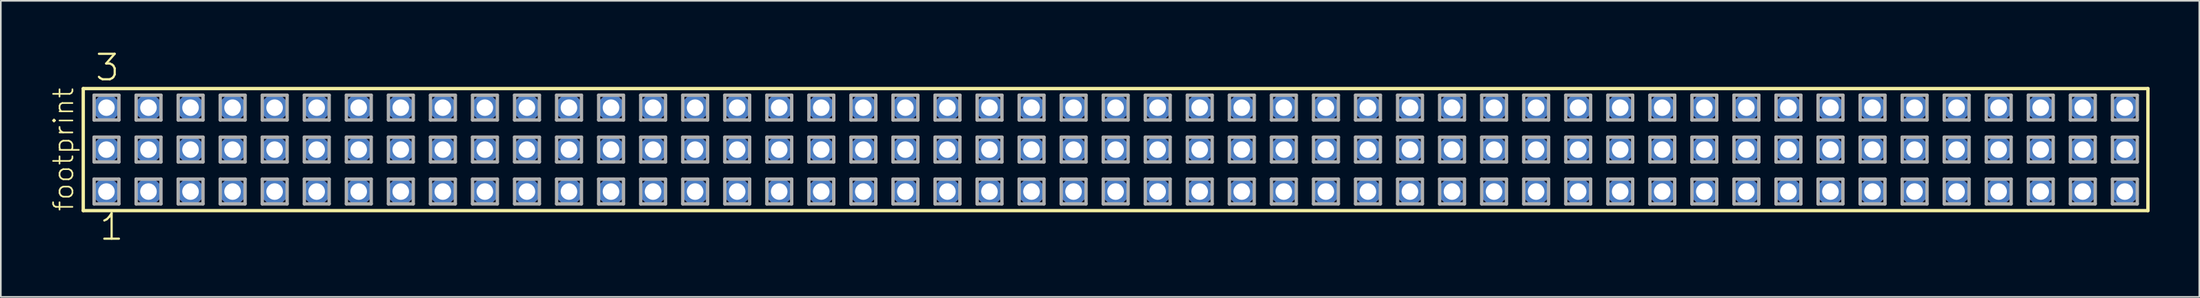
<source format=kicad_pcb>
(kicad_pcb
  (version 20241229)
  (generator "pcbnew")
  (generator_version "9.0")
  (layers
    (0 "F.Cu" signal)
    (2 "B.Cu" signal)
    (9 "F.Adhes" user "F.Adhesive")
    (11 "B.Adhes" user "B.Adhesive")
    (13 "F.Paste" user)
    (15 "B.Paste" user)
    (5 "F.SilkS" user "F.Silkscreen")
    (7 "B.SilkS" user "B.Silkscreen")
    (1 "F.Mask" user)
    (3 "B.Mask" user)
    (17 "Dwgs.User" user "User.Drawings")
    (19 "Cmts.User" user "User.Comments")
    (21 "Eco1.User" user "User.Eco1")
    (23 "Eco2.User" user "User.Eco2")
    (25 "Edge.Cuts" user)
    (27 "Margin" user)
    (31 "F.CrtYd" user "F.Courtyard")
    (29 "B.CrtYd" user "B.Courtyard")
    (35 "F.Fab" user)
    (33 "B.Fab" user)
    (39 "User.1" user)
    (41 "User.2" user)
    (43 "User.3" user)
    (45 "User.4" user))
  (footprint "footprint"
    (layer "F.Cu")
    (at 64.338 6.009)
    (property "Reference" "footprint" (at -62.865 3.81 90) (layer "F.SilkS") (effects (font (size 1.168 1.168) (thickness 0.102)) (justify left bottom)))
    (fp_line (start -62.359 -3.695) (end 62.359 -3.695) (stroke (width 0.203) (type solid)) (layer "F.SilkS"))
    (fp_line (start -62.359 3.695) (end -62.359 -3.695) (stroke (width 0.203) (type solid)) (layer "F.SilkS"))
    (fp_line (start 62.359 -3.695) (end 62.359 3.695) (stroke (width 0.203) (type solid)) (layer "F.SilkS"))
    (fp_line (start 62.359 3.695) (end -62.359 3.695) (stroke (width 0.203) (type solid)) (layer "F.SilkS"))
    (fp_line (start -61.705 -3.295) (end -60.205 -3.295) (stroke (width 0.203) (type solid)) (layer "F.Fab"))
    (fp_line (start -61.705 -1.795) (end -61.705 -3.295) (stroke (width 0.203) (type solid)) (layer "F.Fab"))
    (fp_line (start -61.705 -0.755) (end -60.205 -0.755) (stroke (width 0.203) (type solid)) (layer "F.Fab"))
    (fp_line (start -61.705 0.745) (end -61.705 -0.755) (stroke (width 0.203) (type solid)) (layer "F.Fab"))
    (fp_line (start -61.705 1.785) (end -60.205 1.785) (stroke (width 0.203) (type solid)) (layer "F.Fab"))
    (fp_line (start -61.705 3.285) (end -61.705 1.785) (stroke (width 0.203) (type solid)) (layer "F.Fab"))
    (fp_line (start -60.205 -3.295) (end -60.205 -1.795) (stroke (width 0.203) (type solid)) (layer "F.Fab"))
    (fp_line (start -60.205 -1.795) (end -61.705 -1.795) (stroke (width 0.203) (type solid)) (layer "F.Fab"))
    (fp_line (start -60.205 -0.755) (end -60.205 0.745) (stroke (width 0.203) (type solid)) (layer "F.Fab"))
    (fp_line (start -60.205 0.745) (end -61.705 0.745) (stroke (width 0.203) (type solid)) (layer "F.Fab"))
    (fp_line (start -60.205 1.785) (end -60.205 3.285) (stroke (width 0.203) (type solid)) (layer "F.Fab"))
    (fp_line (start -60.205 3.285) (end -61.705 3.285) (stroke (width 0.203) (type solid)) (layer "F.Fab"))
    (fp_line (start -59.165 -3.295) (end -57.665 -3.295) (stroke (width 0.203) (type solid)) (layer "F.Fab"))
    (fp_line (start -59.165 -1.795) (end -59.165 -3.295) (stroke (width 0.203) (type solid)) (layer "F.Fab"))
    (fp_line (start -59.165 -0.755) (end -57.665 -0.755) (stroke (width 0.203) (type solid)) (layer "F.Fab"))
    (fp_line (start -59.165 0.745) (end -59.165 -0.755) (stroke (width 0.203) (type solid)) (layer "F.Fab"))
    (fp_line (start -59.165 1.785) (end -57.665 1.785) (stroke (width 0.203) (type solid)) (layer "F.Fab"))
    (fp_line (start -59.165 3.285) (end -59.165 1.785) (stroke (width 0.203) (type solid)) (layer "F.Fab"))
    (fp_line (start -57.665 -3.295) (end -57.665 -1.795) (stroke (width 0.203) (type solid)) (layer "F.Fab"))
    (fp_line (start -57.665 -1.795) (end -59.165 -1.795) (stroke (width 0.203) (type solid)) (layer "F.Fab"))
    (fp_line (start -57.665 -0.755) (end -57.665 0.745) (stroke (width 0.203) (type solid)) (layer "F.Fab"))
    (fp_line (start -57.665 0.745) (end -59.165 0.745) (stroke (width 0.203) (type solid)) (layer "F.Fab"))
    (fp_line (start -57.665 1.785) (end -57.665 3.285) (stroke (width 0.203) (type solid)) (layer "F.Fab"))
    (fp_line (start -57.665 3.285) (end -59.165 3.285) (stroke (width 0.203) (type solid)) (layer "F.Fab"))
    (fp_line (start -56.625 -3.295) (end -55.125 -3.295) (stroke (width 0.203) (type solid)) (layer "F.Fab"))
    (fp_line (start -56.625 -1.795) (end -56.625 -3.295) (stroke (width 0.203) (type solid)) (layer "F.Fab"))
    (fp_line (start -56.625 -0.755) (end -55.125 -0.755) (stroke (width 0.203) (type solid)) (layer "F.Fab"))
    (fp_line (start -56.625 0.745) (end -56.625 -0.755) (stroke (width 0.203) (type solid)) (layer "F.Fab"))
    (fp_line (start -56.625 1.785) (end -55.125 1.785) (stroke (width 0.203) (type solid)) (layer "F.Fab"))
    (fp_line (start -56.625 3.285) (end -56.625 1.785) (stroke (width 0.203) (type solid)) (layer "F.Fab"))
    (fp_line (start -55.125 -3.295) (end -55.125 -1.795) (stroke (width 0.203) (type solid)) (layer "F.Fab"))
    (fp_line (start -55.125 -1.795) (end -56.625 -1.795) (stroke (width 0.203) (type solid)) (layer "F.Fab"))
    (fp_line (start -55.125 -0.755) (end -55.125 0.745) (stroke (width 0.203) (type solid)) (layer "F.Fab"))
    (fp_line (start -55.125 0.745) (end -56.625 0.745) (stroke (width 0.203) (type solid)) (layer "F.Fab"))
    (fp_line (start -55.125 1.785) (end -55.125 3.285) (stroke (width 0.203) (type solid)) (layer "F.Fab"))
    (fp_line (start -55.125 3.285) (end -56.625 3.285) (stroke (width 0.203) (type solid)) (layer "F.Fab"))
    (fp_line (start -54.085 -3.295) (end -52.585 -3.295) (stroke (width 0.203) (type solid)) (layer "F.Fab"))
    (fp_line (start -54.085 -1.795) (end -54.085 -3.295) (stroke (width 0.203) (type solid)) (layer "F.Fab"))
    (fp_line (start -54.085 -0.755) (end -52.585 -0.755) (stroke (width 0.203) (type solid)) (layer "F.Fab"))
    (fp_line (start -54.085 0.745) (end -54.085 -0.755) (stroke (width 0.203) (type solid)) (layer "F.Fab"))
    (fp_line (start -54.085 1.785) (end -52.585 1.785) (stroke (width 0.203) (type solid)) (layer "F.Fab"))
    (fp_line (start -54.085 3.285) (end -54.085 1.785) (stroke (width 0.203) (type solid)) (layer "F.Fab"))
    (fp_line (start -52.585 -3.295) (end -52.585 -1.795) (stroke (width 0.203) (type solid)) (layer "F.Fab"))
    (fp_line (start -52.585 -1.795) (end -54.085 -1.795) (stroke (width 0.203) (type solid)) (layer "F.Fab"))
    (fp_line (start -52.585 -0.755) (end -52.585 0.745) (stroke (width 0.203) (type solid)) (layer "F.Fab"))
    (fp_line (start -52.585 0.745) (end -54.085 0.745) (stroke (width 0.203) (type solid)) (layer "F.Fab"))
    (fp_line (start -52.585 1.785) (end -52.585 3.285) (stroke (width 0.203) (type solid)) (layer "F.Fab"))
    (fp_line (start -52.585 3.285) (end -54.085 3.285) (stroke (width 0.203) (type solid)) (layer "F.Fab"))
    (fp_line (start -51.545 -3.295) (end -50.045 -3.295) (stroke (width 0.203) (type solid)) (layer "F.Fab"))
    (fp_line (start -51.545 -1.795) (end -51.545 -3.295) (stroke (width 0.203) (type solid)) (layer "F.Fab"))
    (fp_line (start -51.545 -0.755) (end -50.045 -0.755) (stroke (width 0.203) (type solid)) (layer "F.Fab"))
    (fp_line (start -51.545 0.745) (end -51.545 -0.755) (stroke (width 0.203) (type solid)) (layer "F.Fab"))
    (fp_line (start -51.545 1.785) (end -50.045 1.785) (stroke (width 0.203) (type solid)) (layer "F.Fab"))
    (fp_line (start -51.545 3.285) (end -51.545 1.785) (stroke (width 0.203) (type solid)) (layer "F.Fab"))
    (fp_line (start -50.045 -3.295) (end -50.045 -1.795) (stroke (width 0.203) (type solid)) (layer "F.Fab"))
    (fp_line (start -50.045 -1.795) (end -51.545 -1.795) (stroke (width 0.203) (type solid)) (layer "F.Fab"))
    (fp_line (start -50.045 -0.755) (end -50.045 0.745) (stroke (width 0.203) (type solid)) (layer "F.Fab"))
    (fp_line (start -50.045 0.745) (end -51.545 0.745) (stroke (width 0.203) (type solid)) (layer "F.Fab"))
    (fp_line (start -50.045 1.785) (end -50.045 3.285) (stroke (width 0.203) (type solid)) (layer "F.Fab"))
    (fp_line (start -50.045 3.285) (end -51.545 3.285) (stroke (width 0.203) (type solid)) (layer "F.Fab"))
    (fp_line (start -49.005 -3.295) (end -47.505 -3.295) (stroke (width 0.203) (type solid)) (layer "F.Fab"))
    (fp_line (start -49.005 -1.795) (end -49.005 -3.295) (stroke (width 0.203) (type solid)) (layer "F.Fab"))
    (fp_line (start -49.005 -0.755) (end -47.505 -0.755) (stroke (width 0.203) (type solid)) (layer "F.Fab"))
    (fp_line (start -49.005 0.745) (end -49.005 -0.755) (stroke (width 0.203) (type solid)) (layer "F.Fab"))
    (fp_line (start -49.005 1.785) (end -47.505 1.785) (stroke (width 0.203) (type solid)) (layer "F.Fab"))
    (fp_line (start -49.005 3.285) (end -49.005 1.785) (stroke (width 0.203) (type solid)) (layer "F.Fab"))
    (fp_line (start -47.505 -3.295) (end -47.505 -1.795) (stroke (width 0.203) (type solid)) (layer "F.Fab"))
    (fp_line (start -47.505 -1.795) (end -49.005 -1.795) (stroke (width 0.203) (type solid)) (layer "F.Fab"))
    (fp_line (start -47.505 -0.755) (end -47.505 0.745) (stroke (width 0.203) (type solid)) (layer "F.Fab"))
    (fp_line (start -47.505 0.745) (end -49.005 0.745) (stroke (width 0.203) (type solid)) (layer "F.Fab"))
    (fp_line (start -47.505 1.785) (end -47.505 3.285) (stroke (width 0.203) (type solid)) (layer "F.Fab"))
    (fp_line (start -47.505 3.285) (end -49.005 3.285) (stroke (width 0.203) (type solid)) (layer "F.Fab"))
    (fp_line (start -46.465 -3.295) (end -44.965 -3.295) (stroke (width 0.203) (type solid)) (layer "F.Fab"))
    (fp_line (start -46.465 -1.795) (end -46.465 -3.295) (stroke (width 0.203) (type solid)) (layer "F.Fab"))
    (fp_line (start -46.465 -0.755) (end -44.965 -0.755) (stroke (width 0.203) (type solid)) (layer "F.Fab"))
    (fp_line (start -46.465 0.745) (end -46.465 -0.755) (stroke (width 0.203) (type solid)) (layer "F.Fab"))
    (fp_line (start -46.465 1.785) (end -44.965 1.785) (stroke (width 0.203) (type solid)) (layer "F.Fab"))
    (fp_line (start -46.465 3.285) (end -46.465 1.785) (stroke (width 0.203) (type solid)) (layer "F.Fab"))
    (fp_line (start -44.965 -3.295) (end -44.965 -1.795) (stroke (width 0.203) (type solid)) (layer "F.Fab"))
    (fp_line (start -44.965 -1.795) (end -46.465 -1.795) (stroke (width 0.203) (type solid)) (layer "F.Fab"))
    (fp_line (start -44.965 -0.755) (end -44.965 0.745) (stroke (width 0.203) (type solid)) (layer "F.Fab"))
    (fp_line (start -44.965 0.745) (end -46.465 0.745) (stroke (width 0.203) (type solid)) (layer "F.Fab"))
    (fp_line (start -44.965 1.785) (end -44.965 3.285) (stroke (width 0.203) (type solid)) (layer "F.Fab"))
    (fp_line (start -44.965 3.285) (end -46.465 3.285) (stroke (width 0.203) (type solid)) (layer "F.Fab"))
    (fp_line (start -43.925 -3.295) (end -42.425 -3.295) (stroke (width 0.203) (type solid)) (layer "F.Fab"))
    (fp_line (start -43.925 -1.795) (end -43.925 -3.295) (stroke (width 0.203) (type solid)) (layer "F.Fab"))
    (fp_line (start -43.925 -0.755) (end -42.425 -0.755) (stroke (width 0.203) (type solid)) (layer "F.Fab"))
    (fp_line (start -43.925 0.745) (end -43.925 -0.755) (stroke (width 0.203) (type solid)) (layer "F.Fab"))
    (fp_line (start -43.925 1.785) (end -42.425 1.785) (stroke (width 0.203) (type solid)) (layer "F.Fab"))
    (fp_line (start -43.925 3.285) (end -43.925 1.785) (stroke (width 0.203) (type solid)) (layer "F.Fab"))
    (fp_line (start -42.425 -3.295) (end -42.425 -1.795) (stroke (width 0.203) (type solid)) (layer "F.Fab"))
    (fp_line (start -42.425 -1.795) (end -43.925 -1.795) (stroke (width 0.203) (type solid)) (layer "F.Fab"))
    (fp_line (start -42.425 -0.755) (end -42.425 0.745) (stroke (width 0.203) (type solid)) (layer "F.Fab"))
    (fp_line (start -42.425 0.745) (end -43.925 0.745) (stroke (width 0.203) (type solid)) (layer "F.Fab"))
    (fp_line (start -42.425 1.785) (end -42.425 3.285) (stroke (width 0.203) (type solid)) (layer "F.Fab"))
    (fp_line (start -42.425 3.285) (end -43.925 3.285) (stroke (width 0.203) (type solid)) (layer "F.Fab"))
    (fp_line (start -41.385 -3.295) (end -39.885 -3.295) (stroke (width 0.203) (type solid)) (layer "F.Fab"))
    (fp_line (start -41.385 -1.795) (end -41.385 -3.295) (stroke (width 0.203) (type solid)) (layer "F.Fab"))
    (fp_line (start -41.385 -0.755) (end -39.885 -0.755) (stroke (width 0.203) (type solid)) (layer "F.Fab"))
    (fp_line (start -41.385 0.745) (end -41.385 -0.755) (stroke (width 0.203) (type solid)) (layer "F.Fab"))
    (fp_line (start -41.385 1.785) (end -39.885 1.785) (stroke (width 0.203) (type solid)) (layer "F.Fab"))
    (fp_line (start -41.385 3.285) (end -41.385 1.785) (stroke (width 0.203) (type solid)) (layer "F.Fab"))
    (fp_line (start -39.885 -3.295) (end -39.885 -1.795) (stroke (width 0.203) (type solid)) (layer "F.Fab"))
    (fp_line (start -39.885 -1.795) (end -41.385 -1.795) (stroke (width 0.203) (type solid)) (layer "F.Fab"))
    (fp_line (start -39.885 -0.755) (end -39.885 0.745) (stroke (width 0.203) (type solid)) (layer "F.Fab"))
    (fp_line (start -39.885 0.745) (end -41.385 0.745) (stroke (width 0.203) (type solid)) (layer "F.Fab"))
    (fp_line (start -39.885 1.785) (end -39.885 3.285) (stroke (width 0.203) (type solid)) (layer "F.Fab"))
    (fp_line (start -39.885 3.285) (end -41.385 3.285) (stroke (width 0.203) (type solid)) (layer "F.Fab"))
    (fp_line (start -38.845 -3.295) (end -37.345 -3.295) (stroke (width 0.203) (type solid)) (layer "F.Fab"))
    (fp_line (start -38.845 -1.795) (end -38.845 -3.295) (stroke (width 0.203) (type solid)) (layer "F.Fab"))
    (fp_line (start -38.845 -0.755) (end -37.345 -0.755) (stroke (width 0.203) (type solid)) (layer "F.Fab"))
    (fp_line (start -38.845 0.745) (end -38.845 -0.755) (stroke (width 0.203) (type solid)) (layer "F.Fab"))
    (fp_line (start -38.845 1.785) (end -37.345 1.785) (stroke (width 0.203) (type solid)) (layer "F.Fab"))
    (fp_line (start -38.845 3.285) (end -38.845 1.785) (stroke (width 0.203) (type solid)) (layer "F.Fab"))
    (fp_line (start -37.345 -3.295) (end -37.345 -1.795) (stroke (width 0.203) (type solid)) (layer "F.Fab"))
    (fp_line (start -37.345 -1.795) (end -38.845 -1.795) (stroke (width 0.203) (type solid)) (layer "F.Fab"))
    (fp_line (start -37.345 -0.755) (end -37.345 0.745) (stroke (width 0.203) (type solid)) (layer "F.Fab"))
    (fp_line (start -37.345 0.745) (end -38.845 0.745) (stroke (width 0.203) (type solid)) (layer "F.Fab"))
    (fp_line (start -37.345 1.785) (end -37.345 3.285) (stroke (width 0.203) (type solid)) (layer "F.Fab"))
    (fp_line (start -37.345 3.285) (end -38.845 3.285) (stroke (width 0.203) (type solid)) (layer "F.Fab"))
    (fp_line (start -36.305 -3.295) (end -34.805 -3.295) (stroke (width 0.203) (type solid)) (layer "F.Fab"))
    (fp_line (start -36.305 -1.795) (end -36.305 -3.295) (stroke (width 0.203) (type solid)) (layer "F.Fab"))
    (fp_line (start -36.305 -0.755) (end -34.805 -0.755) (stroke (width 0.203) (type solid)) (layer "F.Fab"))
    (fp_line (start -36.305 0.745) (end -36.305 -0.755) (stroke (width 0.203) (type solid)) (layer "F.Fab"))
    (fp_line (start -36.305 1.785) (end -34.805 1.785) (stroke (width 0.203) (type solid)) (layer "F.Fab"))
    (fp_line (start -36.305 3.285) (end -36.305 1.785) (stroke (width 0.203) (type solid)) (layer "F.Fab"))
    (fp_line (start -34.805 -3.295) (end -34.805 -1.795) (stroke (width 0.203) (type solid)) (layer "F.Fab"))
    (fp_line (start -34.805 -1.795) (end -36.305 -1.795) (stroke (width 0.203) (type solid)) (layer "F.Fab"))
    (fp_line (start -34.805 -0.755) (end -34.805 0.745) (stroke (width 0.203) (type solid)) (layer "F.Fab"))
    (fp_line (start -34.805 0.745) (end -36.305 0.745) (stroke (width 0.203) (type solid)) (layer "F.Fab"))
    (fp_line (start -34.805 1.785) (end -34.805 3.285) (stroke (width 0.203) (type solid)) (layer "F.Fab"))
    (fp_line (start -34.805 3.285) (end -36.305 3.285) (stroke (width 0.203) (type solid)) (layer "F.Fab"))
    (fp_line (start -33.765 -3.295) (end -32.265 -3.295) (stroke (width 0.203) (type solid)) (layer "F.Fab"))
    (fp_line (start -33.765 -1.795) (end -33.765 -3.295) (stroke (width 0.203) (type solid)) (layer "F.Fab"))
    (fp_line (start -33.765 -0.755) (end -32.265 -0.755) (stroke (width 0.203) (type solid)) (layer "F.Fab"))
    (fp_line (start -33.765 0.745) (end -33.765 -0.755) (stroke (width 0.203) (type solid)) (layer "F.Fab"))
    (fp_line (start -33.765 1.785) (end -32.265 1.785) (stroke (width 0.203) (type solid)) (layer "F.Fab"))
    (fp_line (start -33.765 3.285) (end -33.765 1.785) (stroke (width 0.203) (type solid)) (layer "F.Fab"))
    (fp_line (start -32.265 -3.295) (end -32.265 -1.795) (stroke (width 0.203) (type solid)) (layer "F.Fab"))
    (fp_line (start -32.265 -1.795) (end -33.765 -1.795) (stroke (width 0.203) (type solid)) (layer "F.Fab"))
    (fp_line (start -32.265 -0.755) (end -32.265 0.745) (stroke (width 0.203) (type solid)) (layer "F.Fab"))
    (fp_line (start -32.265 0.745) (end -33.765 0.745) (stroke (width 0.203) (type solid)) (layer "F.Fab"))
    (fp_line (start -32.265 1.785) (end -32.265 3.285) (stroke (width 0.203) (type solid)) (layer "F.Fab"))
    (fp_line (start -32.265 3.285) (end -33.765 3.285) (stroke (width 0.203) (type solid)) (layer "F.Fab"))
    (fp_line (start -31.225 -3.295) (end -29.725 -3.295) (stroke (width 0.203) (type solid)) (layer "F.Fab"))
    (fp_line (start -31.225 -1.795) (end -31.225 -3.295) (stroke (width 0.203) (type solid)) (layer "F.Fab"))
    (fp_line (start -31.225 -0.755) (end -29.725 -0.755) (stroke (width 0.203) (type solid)) (layer "F.Fab"))
    (fp_line (start -31.225 0.745) (end -31.225 -0.755) (stroke (width 0.203) (type solid)) (layer "F.Fab"))
    (fp_line (start -31.225 1.785) (end -29.725 1.785) (stroke (width 0.203) (type solid)) (layer "F.Fab"))
    (fp_line (start -31.225 3.285) (end -31.225 1.785) (stroke (width 0.203) (type solid)) (layer "F.Fab"))
    (fp_line (start -29.725 -3.295) (end -29.725 -1.795) (stroke (width 0.203) (type solid)) (layer "F.Fab"))
    (fp_line (start -29.725 -1.795) (end -31.225 -1.795) (stroke (width 0.203) (type solid)) (layer "F.Fab"))
    (fp_line (start -29.725 -0.755) (end -29.725 0.745) (stroke (width 0.203) (type solid)) (layer "F.Fab"))
    (fp_line (start -29.725 0.745) (end -31.225 0.745) (stroke (width 0.203) (type solid)) (layer "F.Fab"))
    (fp_line (start -29.725 1.785) (end -29.725 3.285) (stroke (width 0.203) (type solid)) (layer "F.Fab"))
    (fp_line (start -29.725 3.285) (end -31.225 3.285) (stroke (width 0.203) (type solid)) (layer "F.Fab"))
    (fp_line (start -28.685 -3.295) (end -27.185 -3.295) (stroke (width 0.203) (type solid)) (layer "F.Fab"))
    (fp_line (start -28.685 -1.795) (end -28.685 -3.295) (stroke (width 0.203) (type solid)) (layer "F.Fab"))
    (fp_line (start -28.685 -0.755) (end -27.185 -0.755) (stroke (width 0.203) (type solid)) (layer "F.Fab"))
    (fp_line (start -28.685 0.745) (end -28.685 -0.755) (stroke (width 0.203) (type solid)) (layer "F.Fab"))
    (fp_line (start -28.685 1.785) (end -27.185 1.785) (stroke (width 0.203) (type solid)) (layer "F.Fab"))
    (fp_line (start -28.685 3.285) (end -28.685 1.785) (stroke (width 0.203) (type solid)) (layer "F.Fab"))
    (fp_line (start -27.185 -3.295) (end -27.185 -1.795) (stroke (width 0.203) (type solid)) (layer "F.Fab"))
    (fp_line (start -27.185 -1.795) (end -28.685 -1.795) (stroke (width 0.203) (type solid)) (layer "F.Fab"))
    (fp_line (start -27.185 -0.755) (end -27.185 0.745) (stroke (width 0.203) (type solid)) (layer "F.Fab"))
    (fp_line (start -27.185 0.745) (end -28.685 0.745) (stroke (width 0.203) (type solid)) (layer "F.Fab"))
    (fp_line (start -27.185 1.785) (end -27.185 3.285) (stroke (width 0.203) (type solid)) (layer "F.Fab"))
    (fp_line (start -27.185 3.285) (end -28.685 3.285) (stroke (width 0.203) (type solid)) (layer "F.Fab"))
    (fp_line (start -26.145 -3.295) (end -24.645 -3.295) (stroke (width 0.203) (type solid)) (layer "F.Fab"))
    (fp_line (start -26.145 -1.795) (end -26.145 -3.295) (stroke (width 0.203) (type solid)) (layer "F.Fab"))
    (fp_line (start -26.145 -0.755) (end -24.645 -0.755) (stroke (width 0.203) (type solid)) (layer "F.Fab"))
    (fp_line (start -26.145 0.745) (end -26.145 -0.755) (stroke (width 0.203) (type solid)) (layer "F.Fab"))
    (fp_line (start -26.145 1.785) (end -24.645 1.785) (stroke (width 0.203) (type solid)) (layer "F.Fab"))
    (fp_line (start -26.145 3.285) (end -26.145 1.785) (stroke (width 0.203) (type solid)) (layer "F.Fab"))
    (fp_line (start -24.645 -3.295) (end -24.645 -1.795) (stroke (width 0.203) (type solid)) (layer "F.Fab"))
    (fp_line (start -24.645 -1.795) (end -26.145 -1.795) (stroke (width 0.203) (type solid)) (layer "F.Fab"))
    (fp_line (start -24.645 -0.755) (end -24.645 0.745) (stroke (width 0.203) (type solid)) (layer "F.Fab"))
    (fp_line (start -24.645 0.745) (end -26.145 0.745) (stroke (width 0.203) (type solid)) (layer "F.Fab"))
    (fp_line (start -24.645 1.785) (end -24.645 3.285) (stroke (width 0.203) (type solid)) (layer "F.Fab"))
    (fp_line (start -24.645 3.285) (end -26.145 3.285) (stroke (width 0.203) (type solid)) (layer "F.Fab"))
    (fp_line (start -23.605 -3.295) (end -22.105 -3.295) (stroke (width 0.203) (type solid)) (layer "F.Fab"))
    (fp_line (start -23.605 -1.795) (end -23.605 -3.295) (stroke (width 0.203) (type solid)) (layer "F.Fab"))
    (fp_line (start -23.605 -0.755) (end -22.105 -0.755) (stroke (width 0.203) (type solid)) (layer "F.Fab"))
    (fp_line (start -23.605 0.745) (end -23.605 -0.755) (stroke (width 0.203) (type solid)) (layer "F.Fab"))
    (fp_line (start -23.605 1.785) (end -22.105 1.785) (stroke (width 0.203) (type solid)) (layer "F.Fab"))
    (fp_line (start -23.605 3.285) (end -23.605 1.785) (stroke (width 0.203) (type solid)) (layer "F.Fab"))
    (fp_line (start -22.105 -3.295) (end -22.105 -1.795) (stroke (width 0.203) (type solid)) (layer "F.Fab"))
    (fp_line (start -22.105 -1.795) (end -23.605 -1.795) (stroke (width 0.203) (type solid)) (layer "F.Fab"))
    (fp_line (start -22.105 -0.755) (end -22.105 0.745) (stroke (width 0.203) (type solid)) (layer "F.Fab"))
    (fp_line (start -22.105 0.745) (end -23.605 0.745) (stroke (width 0.203) (type solid)) (layer "F.Fab"))
    (fp_line (start -22.105 1.785) (end -22.105 3.285) (stroke (width 0.203) (type solid)) (layer "F.Fab"))
    (fp_line (start -22.105 3.285) (end -23.605 3.285) (stroke (width 0.203) (type solid)) (layer "F.Fab"))
    (fp_line (start -21.065 -3.295) (end -19.565 -3.295) (stroke (width 0.203) (type solid)) (layer "F.Fab"))
    (fp_line (start -21.065 -1.795) (end -21.065 -3.295) (stroke (width 0.203) (type solid)) (layer "F.Fab"))
    (fp_line (start -21.065 -0.755) (end -19.565 -0.755) (stroke (width 0.203) (type solid)) (layer "F.Fab"))
    (fp_line (start -21.065 0.745) (end -21.065 -0.755) (stroke (width 0.203) (type solid)) (layer "F.Fab"))
    (fp_line (start -21.065 1.785) (end -19.565 1.785) (stroke (width 0.203) (type solid)) (layer "F.Fab"))
    (fp_line (start -21.065 3.285) (end -21.065 1.785) (stroke (width 0.203) (type solid)) (layer "F.Fab"))
    (fp_line (start -19.565 -3.295) (end -19.565 -1.795) (stroke (width 0.203) (type solid)) (layer "F.Fab"))
    (fp_line (start -19.565 -1.795) (end -21.065 -1.795) (stroke (width 0.203) (type solid)) (layer "F.Fab"))
    (fp_line (start -19.565 -0.755) (end -19.565 0.745) (stroke (width 0.203) (type solid)) (layer "F.Fab"))
    (fp_line (start -19.565 0.745) (end -21.065 0.745) (stroke (width 0.203) (type solid)) (layer "F.Fab"))
    (fp_line (start -19.565 1.785) (end -19.565 3.285) (stroke (width 0.203) (type solid)) (layer "F.Fab"))
    (fp_line (start -19.565 3.285) (end -21.065 3.285) (stroke (width 0.203) (type solid)) (layer "F.Fab"))
    (fp_line (start -18.525 -3.295) (end -17.025 -3.295) (stroke (width 0.203) (type solid)) (layer "F.Fab"))
    (fp_line (start -18.525 -1.795) (end -18.525 -3.295) (stroke (width 0.203) (type solid)) (layer "F.Fab"))
    (fp_line (start -18.525 -0.755) (end -17.025 -0.755) (stroke (width 0.203) (type solid)) (layer "F.Fab"))
    (fp_line (start -18.525 0.745) (end -18.525 -0.755) (stroke (width 0.203) (type solid)) (layer "F.Fab"))
    (fp_line (start -18.525 1.785) (end -17.025 1.785) (stroke (width 0.203) (type solid)) (layer "F.Fab"))
    (fp_line (start -18.525 3.285) (end -18.525 1.785) (stroke (width 0.203) (type solid)) (layer "F.Fab"))
    (fp_line (start -17.025 -3.295) (end -17.025 -1.795) (stroke (width 0.203) (type solid)) (layer "F.Fab"))
    (fp_line (start -17.025 -1.795) (end -18.525 -1.795) (stroke (width 0.203) (type solid)) (layer "F.Fab"))
    (fp_line (start -17.025 -0.755) (end -17.025 0.745) (stroke (width 0.203) (type solid)) (layer "F.Fab"))
    (fp_line (start -17.025 0.745) (end -18.525 0.745) (stroke (width 0.203) (type solid)) (layer "F.Fab"))
    (fp_line (start -17.025 1.785) (end -17.025 3.285) (stroke (width 0.203) (type solid)) (layer "F.Fab"))
    (fp_line (start -17.025 3.285) (end -18.525 3.285) (stroke (width 0.203) (type solid)) (layer "F.Fab"))
    (fp_line (start -15.985 -3.295) (end -14.485 -3.295) (stroke (width 0.203) (type solid)) (layer "F.Fab"))
    (fp_line (start -15.985 -1.795) (end -15.985 -3.295) (stroke (width 0.203) (type solid)) (layer "F.Fab"))
    (fp_line (start -15.985 -0.755) (end -14.485 -0.755) (stroke (width 0.203) (type solid)) (layer "F.Fab"))
    (fp_line (start -15.985 0.745) (end -15.985 -0.755) (stroke (width 0.203) (type solid)) (layer "F.Fab"))
    (fp_line (start -15.985 1.785) (end -14.485 1.785) (stroke (width 0.203) (type solid)) (layer "F.Fab"))
    (fp_line (start -15.985 3.285) (end -15.985 1.785) (stroke (width 0.203) (type solid)) (layer "F.Fab"))
    (fp_line (start -14.485 -3.295) (end -14.485 -1.795) (stroke (width 0.203) (type solid)) (layer "F.Fab"))
    (fp_line (start -14.485 -1.795) (end -15.985 -1.795) (stroke (width 0.203) (type solid)) (layer "F.Fab"))
    (fp_line (start -14.485 -0.755) (end -14.485 0.745) (stroke (width 0.203) (type solid)) (layer "F.Fab"))
    (fp_line (start -14.485 0.745) (end -15.985 0.745) (stroke (width 0.203) (type solid)) (layer "F.Fab"))
    (fp_line (start -14.485 1.785) (end -14.485 3.285) (stroke (width 0.203) (type solid)) (layer "F.Fab"))
    (fp_line (start -14.485 3.285) (end -15.985 3.285) (stroke (width 0.203) (type solid)) (layer "F.Fab"))
    (fp_line (start -13.445 -3.295) (end -11.945 -3.295) (stroke (width 0.203) (type solid)) (layer "F.Fab"))
    (fp_line (start -13.445 -1.795) (end -13.445 -3.295) (stroke (width 0.203) (type solid)) (layer "F.Fab"))
    (fp_line (start -13.445 -0.755) (end -11.945 -0.755) (stroke (width 0.203) (type solid)) (layer "F.Fab"))
    (fp_line (start -13.445 0.745) (end -13.445 -0.755) (stroke (width 0.203) (type solid)) (layer "F.Fab"))
    (fp_line (start -13.445 1.785) (end -11.945 1.785) (stroke (width 0.203) (type solid)) (layer "F.Fab"))
    (fp_line (start -13.445 3.285) (end -13.445 1.785) (stroke (width 0.203) (type solid)) (layer "F.Fab"))
    (fp_line (start -11.945 -3.295) (end -11.945 -1.795) (stroke (width 0.203) (type solid)) (layer "F.Fab"))
    (fp_line (start -11.945 -1.795) (end -13.445 -1.795) (stroke (width 0.203) (type solid)) (layer "F.Fab"))
    (fp_line (start -11.945 -0.755) (end -11.945 0.745) (stroke (width 0.203) (type solid)) (layer "F.Fab"))
    (fp_line (start -11.945 0.745) (end -13.445 0.745) (stroke (width 0.203) (type solid)) (layer "F.Fab"))
    (fp_line (start -11.945 1.785) (end -11.945 3.285) (stroke (width 0.203) (type solid)) (layer "F.Fab"))
    (fp_line (start -11.945 3.285) (end -13.445 3.285) (stroke (width 0.203) (type solid)) (layer "F.Fab"))
    (fp_line (start -10.905 -3.295) (end -9.405 -3.295) (stroke (width 0.203) (type solid)) (layer "F.Fab"))
    (fp_line (start -10.905 -1.795) (end -10.905 -3.295) (stroke (width 0.203) (type solid)) (layer "F.Fab"))
    (fp_line (start -10.905 -0.755) (end -9.405 -0.755) (stroke (width 0.203) (type solid)) (layer "F.Fab"))
    (fp_line (start -10.905 0.745) (end -10.905 -0.755) (stroke (width 0.203) (type solid)) (layer "F.Fab"))
    (fp_line (start -10.905 1.785) (end -9.405 1.785) (stroke (width 0.203) (type solid)) (layer "F.Fab"))
    (fp_line (start -10.905 3.285) (end -10.905 1.785) (stroke (width 0.203) (type solid)) (layer "F.Fab"))
    (fp_line (start -9.405 -3.295) (end -9.405 -1.795) (stroke (width 0.203) (type solid)) (layer "F.Fab"))
    (fp_line (start -9.405 -1.795) (end -10.905 -1.795) (stroke (width 0.203) (type solid)) (layer "F.Fab"))
    (fp_line (start -9.405 -0.755) (end -9.405 0.745) (stroke (width 0.203) (type solid)) (layer "F.Fab"))
    (fp_line (start -9.405 0.745) (end -10.905 0.745) (stroke (width 0.203) (type solid)) (layer "F.Fab"))
    (fp_line (start -9.405 1.785) (end -9.405 3.285) (stroke (width 0.203) (type solid)) (layer "F.Fab"))
    (fp_line (start -9.405 3.285) (end -10.905 3.285) (stroke (width 0.203) (type solid)) (layer "F.Fab"))
    (fp_line (start -8.365 -3.295) (end -6.865 -3.295) (stroke (width 0.203) (type solid)) (layer "F.Fab"))
    (fp_line (start -8.365 -1.795) (end -8.365 -3.295) (stroke (width 0.203) (type solid)) (layer "F.Fab"))
    (fp_line (start -8.365 -0.755) (end -6.865 -0.755) (stroke (width 0.203) (type solid)) (layer "F.Fab"))
    (fp_line (start -8.365 0.745) (end -8.365 -0.755) (stroke (width 0.203) (type solid)) (layer "F.Fab"))
    (fp_line (start -8.365 1.785) (end -6.865 1.785) (stroke (width 0.203) (type solid)) (layer "F.Fab"))
    (fp_line (start -8.365 3.285) (end -8.365 1.785) (stroke (width 0.203) (type solid)) (layer "F.Fab"))
    (fp_line (start -6.865 -3.295) (end -6.865 -1.795) (stroke (width 0.203) (type solid)) (layer "F.Fab"))
    (fp_line (start -6.865 -1.795) (end -8.365 -1.795) (stroke (width 0.203) (type solid)) (layer "F.Fab"))
    (fp_line (start -6.865 -0.755) (end -6.865 0.745) (stroke (width 0.203) (type solid)) (layer "F.Fab"))
    (fp_line (start -6.865 0.745) (end -8.365 0.745) (stroke (width 0.203) (type solid)) (layer "F.Fab"))
    (fp_line (start -6.865 1.785) (end -6.865 3.285) (stroke (width 0.203) (type solid)) (layer "F.Fab"))
    (fp_line (start -6.865 3.285) (end -8.365 3.285) (stroke (width 0.203) (type solid)) (layer "F.Fab"))
    (fp_line (start -5.825 -3.295) (end -4.325 -3.295) (stroke (width 0.203) (type solid)) (layer "F.Fab"))
    (fp_line (start -5.825 -1.795) (end -5.825 -3.295) (stroke (width 0.203) (type solid)) (layer "F.Fab"))
    (fp_line (start -5.825 -0.755) (end -4.325 -0.755) (stroke (width 0.203) (type solid)) (layer "F.Fab"))
    (fp_line (start -5.825 0.745) (end -5.825 -0.755) (stroke (width 0.203) (type solid)) (layer "F.Fab"))
    (fp_line (start -5.825 1.785) (end -4.325 1.785) (stroke (width 0.203) (type solid)) (layer "F.Fab"))
    (fp_line (start -5.825 3.285) (end -5.825 1.785) (stroke (width 0.203) (type solid)) (layer "F.Fab"))
    (fp_line (start -4.325 -3.295) (end -4.325 -1.795) (stroke (width 0.203) (type solid)) (layer "F.Fab"))
    (fp_line (start -4.325 -1.795) (end -5.825 -1.795) (stroke (width 0.203) (type solid)) (layer "F.Fab"))
    (fp_line (start -4.325 -0.755) (end -4.325 0.745) (stroke (width 0.203) (type solid)) (layer "F.Fab"))
    (fp_line (start -4.325 0.745) (end -5.825 0.745) (stroke (width 0.203) (type solid)) (layer "F.Fab"))
    (fp_line (start -4.325 1.785) (end -4.325 3.285) (stroke (width 0.203) (type solid)) (layer "F.Fab"))
    (fp_line (start -4.325 3.285) (end -5.825 3.285) (stroke (width 0.203) (type solid)) (layer "F.Fab"))
    (fp_line (start -3.285 -3.295) (end -1.785 -3.295) (stroke (width 0.203) (type solid)) (layer "F.Fab"))
    (fp_line (start -3.285 -1.795) (end -3.285 -3.295) (stroke (width 0.203) (type solid)) (layer "F.Fab"))
    (fp_line (start -3.285 -0.755) (end -1.785 -0.755) (stroke (width 0.203) (type solid)) (layer "F.Fab"))
    (fp_line (start -3.285 0.745) (end -3.285 -0.755) (stroke (width 0.203) (type solid)) (layer "F.Fab"))
    (fp_line (start -3.285 1.785) (end -1.785 1.785) (stroke (width 0.203) (type solid)) (layer "F.Fab"))
    (fp_line (start -3.285 3.285) (end -3.285 1.785) (stroke (width 0.203) (type solid)) (layer "F.Fab"))
    (fp_line (start -1.785 -3.295) (end -1.785 -1.795) (stroke (width 0.203) (type solid)) (layer "F.Fab"))
    (fp_line (start -1.785 -1.795) (end -3.285 -1.795) (stroke (width 0.203) (type solid)) (layer "F.Fab"))
    (fp_line (start -1.785 -0.755) (end -1.785 0.745) (stroke (width 0.203) (type solid)) (layer "F.Fab"))
    (fp_line (start -1.785 0.745) (end -3.285 0.745) (stroke (width 0.203) (type solid)) (layer "F.Fab"))
    (fp_line (start -1.785 1.785) (end -1.785 3.285) (stroke (width 0.203) (type solid)) (layer "F.Fab"))
    (fp_line (start -1.785 3.285) (end -3.285 3.285) (stroke (width 0.203) (type solid)) (layer "F.Fab"))
    (fp_line (start -0.745 -3.295) (end 0.755 -3.295) (stroke (width 0.203) (type solid)) (layer "F.Fab"))
    (fp_line (start -0.745 -1.795) (end -0.745 -3.295) (stroke (width 0.203) (type solid)) (layer "F.Fab"))
    (fp_line (start -0.745 -0.755) (end 0.755 -0.755) (stroke (width 0.203) (type solid)) (layer "F.Fab"))
    (fp_line (start -0.745 0.745) (end -0.745 -0.755) (stroke (width 0.203) (type solid)) (layer "F.Fab"))
    (fp_line (start -0.745 1.785) (end 0.755 1.785) (stroke (width 0.203) (type solid)) (layer "F.Fab"))
    (fp_line (start -0.745 3.285) (end -0.745 1.785) (stroke (width 0.203) (type solid)) (layer "F.Fab"))
    (fp_line (start 0.755 -3.295) (end 0.755 -1.795) (stroke (width 0.203) (type solid)) (layer "F.Fab"))
    (fp_line (start 0.755 -1.795) (end -0.745 -1.795) (stroke (width 0.203) (type solid)) (layer "F.Fab"))
    (fp_line (start 0.755 -0.755) (end 0.755 0.745) (stroke (width 0.203) (type solid)) (layer "F.Fab"))
    (fp_line (start 0.755 0.745) (end -0.745 0.745) (stroke (width 0.203) (type solid)) (layer "F.Fab"))
    (fp_line (start 0.755 1.785) (end 0.755 3.285) (stroke (width 0.203) (type solid)) (layer "F.Fab"))
    (fp_line (start 0.755 3.285) (end -0.745 3.285) (stroke (width 0.203) (type solid)) (layer "F.Fab"))
    (fp_line (start 1.795 -3.295) (end 3.295 -3.295) (stroke (width 0.203) (type solid)) (layer "F.Fab"))
    (fp_line (start 1.795 -1.795) (end 1.795 -3.295) (stroke (width 0.203) (type solid)) (layer "F.Fab"))
    (fp_line (start 1.795 -0.755) (end 3.295 -0.755) (stroke (width 0.203) (type solid)) (layer "F.Fab"))
    (fp_line (start 1.795 0.745) (end 1.795 -0.755) (stroke (width 0.203) (type solid)) (layer "F.Fab"))
    (fp_line (start 1.795 1.785) (end 3.295 1.785) (stroke (width 0.203) (type solid)) (layer "F.Fab"))
    (fp_line (start 1.795 3.285) (end 1.795 1.785) (stroke (width 0.203) (type solid)) (layer "F.Fab"))
    (fp_line (start 3.295 -3.295) (end 3.295 -1.795) (stroke (width 0.203) (type solid)) (layer "F.Fab"))
    (fp_line (start 3.295 -1.795) (end 1.795 -1.795) (stroke (width 0.203) (type solid)) (layer "F.Fab"))
    (fp_line (start 3.295 -0.755) (end 3.295 0.745) (stroke (width 0.203) (type solid)) (layer "F.Fab"))
    (fp_line (start 3.295 0.745) (end 1.795 0.745) (stroke (width 0.203) (type solid)) (layer "F.Fab"))
    (fp_line (start 3.295 1.785) (end 3.295 3.285) (stroke (width 0.203) (type solid)) (layer "F.Fab"))
    (fp_line (start 3.295 3.285) (end 1.795 3.285) (stroke (width 0.203) (type solid)) (layer "F.Fab"))
    (fp_line (start 4.335 -3.295) (end 5.835 -3.295) (stroke (width 0.203) (type solid)) (layer "F.Fab"))
    (fp_line (start 4.335 -1.795) (end 4.335 -3.295) (stroke (width 0.203) (type solid)) (layer "F.Fab"))
    (fp_line (start 4.335 -0.755) (end 5.835 -0.755) (stroke (width 0.203) (type solid)) (layer "F.Fab"))
    (fp_line (start 4.335 0.745) (end 4.335 -0.755) (stroke (width 0.203) (type solid)) (layer "F.Fab"))
    (fp_line (start 4.335 1.785) (end 5.835 1.785) (stroke (width 0.203) (type solid)) (layer "F.Fab"))
    (fp_line (start 4.335 3.285) (end 4.335 1.785) (stroke (width 0.203) (type solid)) (layer "F.Fab"))
    (fp_line (start 5.835 -3.295) (end 5.835 -1.795) (stroke (width 0.203) (type solid)) (layer "F.Fab"))
    (fp_line (start 5.835 -1.795) (end 4.335 -1.795) (stroke (width 0.203) (type solid)) (layer "F.Fab"))
    (fp_line (start 5.835 -0.755) (end 5.835 0.745) (stroke (width 0.203) (type solid)) (layer "F.Fab"))
    (fp_line (start 5.835 0.745) (end 4.335 0.745) (stroke (width 0.203) (type solid)) (layer "F.Fab"))
    (fp_line (start 5.835 1.785) (end 5.835 3.285) (stroke (width 0.203) (type solid)) (layer "F.Fab"))
    (fp_line (start 5.835 3.285) (end 4.335 3.285) (stroke (width 0.203) (type solid)) (layer "F.Fab"))
    (fp_line (start 6.875 -3.295) (end 8.375 -3.295) (stroke (width 0.203) (type solid)) (layer "F.Fab"))
    (fp_line (start 6.875 -1.795) (end 6.875 -3.295) (stroke (width 0.203) (type solid)) (layer "F.Fab"))
    (fp_line (start 6.875 -0.755) (end 8.375 -0.755) (stroke (width 0.203) (type solid)) (layer "F.Fab"))
    (fp_line (start 6.875 0.745) (end 6.875 -0.755) (stroke (width 0.203) (type solid)) (layer "F.Fab"))
    (fp_line (start 6.875 1.785) (end 8.375 1.785) (stroke (width 0.203) (type solid)) (layer "F.Fab"))
    (fp_line (start 6.875 3.285) (end 6.875 1.785) (stroke (width 0.203) (type solid)) (layer "F.Fab"))
    (fp_line (start 8.375 -3.295) (end 8.375 -1.795) (stroke (width 0.203) (type solid)) (layer "F.Fab"))
    (fp_line (start 8.375 -1.795) (end 6.875 -1.795) (stroke (width 0.203) (type solid)) (layer "F.Fab"))
    (fp_line (start 8.375 -0.755) (end 8.375 0.745) (stroke (width 0.203) (type solid)) (layer "F.Fab"))
    (fp_line (start 8.375 0.745) (end 6.875 0.745) (stroke (width 0.203) (type solid)) (layer "F.Fab"))
    (fp_line (start 8.375 1.785) (end 8.375 3.285) (stroke (width 0.203) (type solid)) (layer "F.Fab"))
    (fp_line (start 8.375 3.285) (end 6.875 3.285) (stroke (width 0.203) (type solid)) (layer "F.Fab"))
    (fp_line (start 9.415 -3.295) (end 10.915 -3.295) (stroke (width 0.203) (type solid)) (layer "F.Fab"))
    (fp_line (start 9.415 -1.795) (end 9.415 -3.295) (stroke (width 0.203) (type solid)) (layer "F.Fab"))
    (fp_line (start 9.415 -0.755) (end 10.915 -0.755) (stroke (width 0.203) (type solid)) (layer "F.Fab"))
    (fp_line (start 9.415 0.745) (end 9.415 -0.755) (stroke (width 0.203) (type solid)) (layer "F.Fab"))
    (fp_line (start 9.415 1.785) (end 10.915 1.785) (stroke (width 0.203) (type solid)) (layer "F.Fab"))
    (fp_line (start 9.415 3.285) (end 9.415 1.785) (stroke (width 0.203) (type solid)) (layer "F.Fab"))
    (fp_line (start 10.915 -3.295) (end 10.915 -1.795) (stroke (width 0.203) (type solid)) (layer "F.Fab"))
    (fp_line (start 10.915 -1.795) (end 9.415 -1.795) (stroke (width 0.203) (type solid)) (layer "F.Fab"))
    (fp_line (start 10.915 -0.755) (end 10.915 0.745) (stroke (width 0.203) (type solid)) (layer "F.Fab"))
    (fp_line (start 10.915 0.745) (end 9.415 0.745) (stroke (width 0.203) (type solid)) (layer "F.Fab"))
    (fp_line (start 10.915 1.785) (end 10.915 3.285) (stroke (width 0.203) (type solid)) (layer "F.Fab"))
    (fp_line (start 10.915 3.285) (end 9.415 3.285) (stroke (width 0.203) (type solid)) (layer "F.Fab"))
    (fp_line (start 11.955 -3.295) (end 13.455 -3.295) (stroke (width 0.203) (type solid)) (layer "F.Fab"))
    (fp_line (start 11.955 -1.795) (end 11.955 -3.295) (stroke (width 0.203) (type solid)) (layer "F.Fab"))
    (fp_line (start 11.955 -0.755) (end 13.455 -0.755) (stroke (width 0.203) (type solid)) (layer "F.Fab"))
    (fp_line (start 11.955 0.745) (end 11.955 -0.755) (stroke (width 0.203) (type solid)) (layer "F.Fab"))
    (fp_line (start 11.955 1.785) (end 13.455 1.785) (stroke (width 0.203) (type solid)) (layer "F.Fab"))
    (fp_line (start 11.955 3.285) (end 11.955 1.785) (stroke (width 0.203) (type solid)) (layer "F.Fab"))
    (fp_line (start 13.455 -3.295) (end 13.455 -1.795) (stroke (width 0.203) (type solid)) (layer "F.Fab"))
    (fp_line (start 13.455 -1.795) (end 11.955 -1.795) (stroke (width 0.203) (type solid)) (layer "F.Fab"))
    (fp_line (start 13.455 -0.755) (end 13.455 0.745) (stroke (width 0.203) (type solid)) (layer "F.Fab"))
    (fp_line (start 13.455 0.745) (end 11.955 0.745) (stroke (width 0.203) (type solid)) (layer "F.Fab"))
    (fp_line (start 13.455 1.785) (end 13.455 3.285) (stroke (width 0.203) (type solid)) (layer "F.Fab"))
    (fp_line (start 13.455 3.285) (end 11.955 3.285) (stroke (width 0.203) (type solid)) (layer "F.Fab"))
    (fp_line (start 14.495 -3.295) (end 15.995 -3.295) (stroke (width 0.203) (type solid)) (layer "F.Fab"))
    (fp_line (start 14.495 -1.795) (end 14.495 -3.295) (stroke (width 0.203) (type solid)) (layer "F.Fab"))
    (fp_line (start 14.495 -0.755) (end 15.995 -0.755) (stroke (width 0.203) (type solid)) (layer "F.Fab"))
    (fp_line (start 14.495 0.745) (end 14.495 -0.755) (stroke (width 0.203) (type solid)) (layer "F.Fab"))
    (fp_line (start 14.495 1.785) (end 15.995 1.785) (stroke (width 0.203) (type solid)) (layer "F.Fab"))
    (fp_line (start 14.495 3.285) (end 14.495 1.785) (stroke (width 0.203) (type solid)) (layer "F.Fab"))
    (fp_line (start 15.995 -3.295) (end 15.995 -1.795) (stroke (width 0.203) (type solid)) (layer "F.Fab"))
    (fp_line (start 15.995 -1.795) (end 14.495 -1.795) (stroke (width 0.203) (type solid)) (layer "F.Fab"))
    (fp_line (start 15.995 -0.755) (end 15.995 0.745) (stroke (width 0.203) (type solid)) (layer "F.Fab"))
    (fp_line (start 15.995 0.745) (end 14.495 0.745) (stroke (width 0.203) (type solid)) (layer "F.Fab"))
    (fp_line (start 15.995 1.785) (end 15.995 3.285) (stroke (width 0.203) (type solid)) (layer "F.Fab"))
    (fp_line (start 15.995 3.285) (end 14.495 3.285) (stroke (width 0.203) (type solid)) (layer "F.Fab"))
    (fp_line (start 17.035 -3.295) (end 18.535 -3.295) (stroke (width 0.203) (type solid)) (layer "F.Fab"))
    (fp_line (start 17.035 -1.795) (end 17.035 -3.295) (stroke (width 0.203) (type solid)) (layer "F.Fab"))
    (fp_line (start 17.035 -0.755) (end 18.535 -0.755) (stroke (width 0.203) (type solid)) (layer "F.Fab"))
    (fp_line (start 17.035 0.745) (end 17.035 -0.755) (stroke (width 0.203) (type solid)) (layer "F.Fab"))
    (fp_line (start 17.035 1.785) (end 18.535 1.785) (stroke (width 0.203) (type solid)) (layer "F.Fab"))
    (fp_line (start 17.035 3.285) (end 17.035 1.785) (stroke (width 0.203) (type solid)) (layer "F.Fab"))
    (fp_line (start 18.535 -3.295) (end 18.535 -1.795) (stroke (width 0.203) (type solid)) (layer "F.Fab"))
    (fp_line (start 18.535 -1.795) (end 17.035 -1.795) (stroke (width 0.203) (type solid)) (layer "F.Fab"))
    (fp_line (start 18.535 -0.755) (end 18.535 0.745) (stroke (width 0.203) (type solid)) (layer "F.Fab"))
    (fp_line (start 18.535 0.745) (end 17.035 0.745) (stroke (width 0.203) (type solid)) (layer "F.Fab"))
    (fp_line (start 18.535 1.785) (end 18.535 3.285) (stroke (width 0.203) (type solid)) (layer "F.Fab"))
    (fp_line (start 18.535 3.285) (end 17.035 3.285) (stroke (width 0.203) (type solid)) (layer "F.Fab"))
    (fp_line (start 19.575 -3.295) (end 21.075 -3.295) (stroke (width 0.203) (type solid)) (layer "F.Fab"))
    (fp_line (start 19.575 -1.795) (end 19.575 -3.295) (stroke (width 0.203) (type solid)) (layer "F.Fab"))
    (fp_line (start 19.575 -0.755) (end 21.075 -0.755) (stroke (width 0.203) (type solid)) (layer "F.Fab"))
    (fp_line (start 19.575 0.745) (end 19.575 -0.755) (stroke (width 0.203) (type solid)) (layer "F.Fab"))
    (fp_line (start 19.575 1.785) (end 21.075 1.785) (stroke (width 0.203) (type solid)) (layer "F.Fab"))
    (fp_line (start 19.575 3.285) (end 19.575 1.785) (stroke (width 0.203) (type solid)) (layer "F.Fab"))
    (fp_line (start 21.075 -3.295) (end 21.075 -1.795) (stroke (width 0.203) (type solid)) (layer "F.Fab"))
    (fp_line (start 21.075 -1.795) (end 19.575 -1.795) (stroke (width 0.203) (type solid)) (layer "F.Fab"))
    (fp_line (start 21.075 -0.755) (end 21.075 0.745) (stroke (width 0.203) (type solid)) (layer "F.Fab"))
    (fp_line (start 21.075 0.745) (end 19.575 0.745) (stroke (width 0.203) (type solid)) (layer "F.Fab"))
    (fp_line (start 21.075 1.785) (end 21.075 3.285) (stroke (width 0.203) (type solid)) (layer "F.Fab"))
    (fp_line (start 21.075 3.285) (end 19.575 3.285) (stroke (width 0.203) (type solid)) (layer "F.Fab"))
    (fp_line (start 22.115 -3.295) (end 23.615 -3.295) (stroke (width 0.203) (type solid)) (layer "F.Fab"))
    (fp_line (start 22.115 -1.795) (end 22.115 -3.295) (stroke (width 0.203) (type solid)) (layer "F.Fab"))
    (fp_line (start 22.115 -0.755) (end 23.615 -0.755) (stroke (width 0.203) (type solid)) (layer "F.Fab"))
    (fp_line (start 22.115 0.745) (end 22.115 -0.755) (stroke (width 0.203) (type solid)) (layer "F.Fab"))
    (fp_line (start 22.115 1.785) (end 23.615 1.785) (stroke (width 0.203) (type solid)) (layer "F.Fab"))
    (fp_line (start 22.115 3.285) (end 22.115 1.785) (stroke (width 0.203) (type solid)) (layer "F.Fab"))
    (fp_line (start 23.615 -3.295) (end 23.615 -1.795) (stroke (width 0.203) (type solid)) (layer "F.Fab"))
    (fp_line (start 23.615 -1.795) (end 22.115 -1.795) (stroke (width 0.203) (type solid)) (layer "F.Fab"))
    (fp_line (start 23.615 -0.755) (end 23.615 0.745) (stroke (width 0.203) (type solid)) (layer "F.Fab"))
    (fp_line (start 23.615 0.745) (end 22.115 0.745) (stroke (width 0.203) (type solid)) (layer "F.Fab"))
    (fp_line (start 23.615 1.785) (end 23.615 3.285) (stroke (width 0.203) (type solid)) (layer "F.Fab"))
    (fp_line (start 23.615 3.285) (end 22.115 3.285) (stroke (width 0.203) (type solid)) (layer "F.Fab"))
    (fp_line (start 24.655 -3.295) (end 26.155 -3.295) (stroke (width 0.203) (type solid)) (layer "F.Fab"))
    (fp_line (start 24.655 -1.795) (end 24.655 -3.295) (stroke (width 0.203) (type solid)) (layer "F.Fab"))
    (fp_line (start 24.655 -0.755) (end 26.155 -0.755) (stroke (width 0.203) (type solid)) (layer "F.Fab"))
    (fp_line (start 24.655 0.745) (end 24.655 -0.755) (stroke (width 0.203) (type solid)) (layer "F.Fab"))
    (fp_line (start 24.655 1.785) (end 26.155 1.785) (stroke (width 0.203) (type solid)) (layer "F.Fab"))
    (fp_line (start 24.655 3.285) (end 24.655 1.785) (stroke (width 0.203) (type solid)) (layer "F.Fab"))
    (fp_line (start 26.155 -3.295) (end 26.155 -1.795) (stroke (width 0.203) (type solid)) (layer "F.Fab"))
    (fp_line (start 26.155 -1.795) (end 24.655 -1.795) (stroke (width 0.203) (type solid)) (layer "F.Fab"))
    (fp_line (start 26.155 -0.755) (end 26.155 0.745) (stroke (width 0.203) (type solid)) (layer "F.Fab"))
    (fp_line (start 26.155 0.745) (end 24.655 0.745) (stroke (width 0.203) (type solid)) (layer "F.Fab"))
    (fp_line (start 26.155 1.785) (end 26.155 3.285) (stroke (width 0.203) (type solid)) (layer "F.Fab"))
    (fp_line (start 26.155 3.285) (end 24.655 3.285) (stroke (width 0.203) (type solid)) (layer "F.Fab"))
    (fp_line (start 27.195 -3.295) (end 28.695 -3.295) (stroke (width 0.203) (type solid)) (layer "F.Fab"))
    (fp_line (start 27.195 -1.795) (end 27.195 -3.295) (stroke (width 0.203) (type solid)) (layer "F.Fab"))
    (fp_line (start 27.195 -0.755) (end 28.695 -0.755) (stroke (width 0.203) (type solid)) (layer "F.Fab"))
    (fp_line (start 27.195 0.745) (end 27.195 -0.755) (stroke (width 0.203) (type solid)) (layer "F.Fab"))
    (fp_line (start 27.195 1.785) (end 28.695 1.785) (stroke (width 0.203) (type solid)) (layer "F.Fab"))
    (fp_line (start 27.195 3.285) (end 27.195 1.785) (stroke (width 0.203) (type solid)) (layer "F.Fab"))
    (fp_line (start 28.695 -3.295) (end 28.695 -1.795) (stroke (width 0.203) (type solid)) (layer "F.Fab"))
    (fp_line (start 28.695 -1.795) (end 27.195 -1.795) (stroke (width 0.203) (type solid)) (layer "F.Fab"))
    (fp_line (start 28.695 -0.755) (end 28.695 0.745) (stroke (width 0.203) (type solid)) (layer "F.Fab"))
    (fp_line (start 28.695 0.745) (end 27.195 0.745) (stroke (width 0.203) (type solid)) (layer "F.Fab"))
    (fp_line (start 28.695 1.785) (end 28.695 3.285) (stroke (width 0.203) (type solid)) (layer "F.Fab"))
    (fp_line (start 28.695 3.285) (end 27.195 3.285) (stroke (width 0.203) (type solid)) (layer "F.Fab"))
    (fp_line (start 29.735 -3.295) (end 31.235 -3.295) (stroke (width 0.203) (type solid)) (layer "F.Fab"))
    (fp_line (start 29.735 -1.795) (end 29.735 -3.295) (stroke (width 0.203) (type solid)) (layer "F.Fab"))
    (fp_line (start 29.735 -0.755) (end 31.235 -0.755) (stroke (width 0.203) (type solid)) (layer "F.Fab"))
    (fp_line (start 29.735 0.745) (end 29.735 -0.755) (stroke (width 0.203) (type solid)) (layer "F.Fab"))
    (fp_line (start 29.735 1.785) (end 31.235 1.785) (stroke (width 0.203) (type solid)) (layer "F.Fab"))
    (fp_line (start 29.735 3.285) (end 29.735 1.785) (stroke (width 0.203) (type solid)) (layer "F.Fab"))
    (fp_line (start 31.235 -3.295) (end 31.235 -1.795) (stroke (width 0.203) (type solid)) (layer "F.Fab"))
    (fp_line (start 31.235 -1.795) (end 29.735 -1.795) (stroke (width 0.203) (type solid)) (layer "F.Fab"))
    (fp_line (start 31.235 -0.755) (end 31.235 0.745) (stroke (width 0.203) (type solid)) (layer "F.Fab"))
    (fp_line (start 31.235 0.745) (end 29.735 0.745) (stroke (width 0.203) (type solid)) (layer "F.Fab"))
    (fp_line (start 31.235 1.785) (end 31.235 3.285) (stroke (width 0.203) (type solid)) (layer "F.Fab"))
    (fp_line (start 31.235 3.285) (end 29.735 3.285) (stroke (width 0.203) (type solid)) (layer "F.Fab"))
    (fp_line (start 32.275 -3.295) (end 33.775 -3.295) (stroke (width 0.203) (type solid)) (layer "F.Fab"))
    (fp_line (start 32.275 -1.795) (end 32.275 -3.295) (stroke (width 0.203) (type solid)) (layer "F.Fab"))
    (fp_line (start 32.275 -0.755) (end 33.775 -0.755) (stroke (width 0.203) (type solid)) (layer "F.Fab"))
    (fp_line (start 32.275 0.745) (end 32.275 -0.755) (stroke (width 0.203) (type solid)) (layer "F.Fab"))
    (fp_line (start 32.275 1.785) (end 33.775 1.785) (stroke (width 0.203) (type solid)) (layer "F.Fab"))
    (fp_line (start 32.275 3.285) (end 32.275 1.785) (stroke (width 0.203) (type solid)) (layer "F.Fab"))
    (fp_line (start 33.775 -3.295) (end 33.775 -1.795) (stroke (width 0.203) (type solid)) (layer "F.Fab"))
    (fp_line (start 33.775 -1.795) (end 32.275 -1.795) (stroke (width 0.203) (type solid)) (layer "F.Fab"))
    (fp_line (start 33.775 -0.755) (end 33.775 0.745) (stroke (width 0.203) (type solid)) (layer "F.Fab"))
    (fp_line (start 33.775 0.745) (end 32.275 0.745) (stroke (width 0.203) (type solid)) (layer "F.Fab"))
    (fp_line (start 33.775 1.785) (end 33.775 3.285) (stroke (width 0.203) (type solid)) (layer "F.Fab"))
    (fp_line (start 33.775 3.285) (end 32.275 3.285) (stroke (width 0.203) (type solid)) (layer "F.Fab"))
    (fp_line (start 34.815 -3.295) (end 36.315 -3.295) (stroke (width 0.203) (type solid)) (layer "F.Fab"))
    (fp_line (start 34.815 -1.795) (end 34.815 -3.295) (stroke (width 0.203) (type solid)) (layer "F.Fab"))
    (fp_line (start 34.815 -0.755) (end 36.315 -0.755) (stroke (width 0.203) (type solid)) (layer "F.Fab"))
    (fp_line (start 34.815 0.745) (end 34.815 -0.755) (stroke (width 0.203) (type solid)) (layer "F.Fab"))
    (fp_line (start 34.815 1.785) (end 36.315 1.785) (stroke (width 0.203) (type solid)) (layer "F.Fab"))
    (fp_line (start 34.815 3.285) (end 34.815 1.785) (stroke (width 0.203) (type solid)) (layer "F.Fab"))
    (fp_line (start 36.315 -3.295) (end 36.315 -1.795) (stroke (width 0.203) (type solid)) (layer "F.Fab"))
    (fp_line (start 36.315 -1.795) (end 34.815 -1.795) (stroke (width 0.203) (type solid)) (layer "F.Fab"))
    (fp_line (start 36.315 -0.755) (end 36.315 0.745) (stroke (width 0.203) (type solid)) (layer "F.Fab"))
    (fp_line (start 36.315 0.745) (end 34.815 0.745) (stroke (width 0.203) (type solid)) (layer "F.Fab"))
    (fp_line (start 36.315 1.785) (end 36.315 3.285) (stroke (width 0.203) (type solid)) (layer "F.Fab"))
    (fp_line (start 36.315 3.285) (end 34.815 3.285) (stroke (width 0.203) (type solid)) (layer "F.Fab"))
    (fp_line (start 37.355 -3.295) (end 38.855 -3.295) (stroke (width 0.203) (type solid)) (layer "F.Fab"))
    (fp_line (start 37.355 -1.795) (end 37.355 -3.295) (stroke (width 0.203) (type solid)) (layer "F.Fab"))
    (fp_line (start 37.355 -0.755) (end 38.855 -0.755) (stroke (width 0.203) (type solid)) (layer "F.Fab"))
    (fp_line (start 37.355 0.745) (end 37.355 -0.755) (stroke (width 0.203) (type solid)) (layer "F.Fab"))
    (fp_line (start 37.355 1.785) (end 38.855 1.785) (stroke (width 0.203) (type solid)) (layer "F.Fab"))
    (fp_line (start 37.355 3.285) (end 37.355 1.785) (stroke (width 0.203) (type solid)) (layer "F.Fab"))
    (fp_line (start 38.855 -3.295) (end 38.855 -1.795) (stroke (width 0.203) (type solid)) (layer "F.Fab"))
    (fp_line (start 38.855 -1.795) (end 37.355 -1.795) (stroke (width 0.203) (type solid)) (layer "F.Fab"))
    (fp_line (start 38.855 -0.755) (end 38.855 0.745) (stroke (width 0.203) (type solid)) (layer "F.Fab"))
    (fp_line (start 38.855 0.745) (end 37.355 0.745) (stroke (width 0.203) (type solid)) (layer "F.Fab"))
    (fp_line (start 38.855 1.785) (end 38.855 3.285) (stroke (width 0.203) (type solid)) (layer "F.Fab"))
    (fp_line (start 38.855 3.285) (end 37.355 3.285) (stroke (width 0.203) (type solid)) (layer "F.Fab"))
    (fp_line (start 39.895 -3.295) (end 41.395 -3.295) (stroke (width 0.203) (type solid)) (layer "F.Fab"))
    (fp_line (start 39.895 -1.795) (end 39.895 -3.295) (stroke (width 0.203) (type solid)) (layer "F.Fab"))
    (fp_line (start 39.895 -0.755) (end 41.395 -0.755) (stroke (width 0.203) (type solid)) (layer "F.Fab"))
    (fp_line (start 39.895 0.745) (end 39.895 -0.755) (stroke (width 0.203) (type solid)) (layer "F.Fab"))
    (fp_line (start 39.895 1.785) (end 41.395 1.785) (stroke (width 0.203) (type solid)) (layer "F.Fab"))
    (fp_line (start 39.895 3.285) (end 39.895 1.785) (stroke (width 0.203) (type solid)) (layer "F.Fab"))
    (fp_line (start 41.395 -3.295) (end 41.395 -1.795) (stroke (width 0.203) (type solid)) (layer "F.Fab"))
    (fp_line (start 41.395 -1.795) (end 39.895 -1.795) (stroke (width 0.203) (type solid)) (layer "F.Fab"))
    (fp_line (start 41.395 -0.755) (end 41.395 0.745) (stroke (width 0.203) (type solid)) (layer "F.Fab"))
    (fp_line (start 41.395 0.745) (end 39.895 0.745) (stroke (width 0.203) (type solid)) (layer "F.Fab"))
    (fp_line (start 41.395 1.785) (end 41.395 3.285) (stroke (width 0.203) (type solid)) (layer "F.Fab"))
    (fp_line (start 41.395 3.285) (end 39.895 3.285) (stroke (width 0.203) (type solid)) (layer "F.Fab"))
    (fp_line (start 42.435 -3.295) (end 43.935 -3.295) (stroke (width 0.203) (type solid)) (layer "F.Fab"))
    (fp_line (start 42.435 -1.795) (end 42.435 -3.295) (stroke (width 0.203) (type solid)) (layer "F.Fab"))
    (fp_line (start 42.435 -0.755) (end 43.935 -0.755) (stroke (width 0.203) (type solid)) (layer "F.Fab"))
    (fp_line (start 42.435 0.745) (end 42.435 -0.755) (stroke (width 0.203) (type solid)) (layer "F.Fab"))
    (fp_line (start 42.435 1.785) (end 43.935 1.785) (stroke (width 0.203) (type solid)) (layer "F.Fab"))
    (fp_line (start 42.435 3.285) (end 42.435 1.785) (stroke (width 0.203) (type solid)) (layer "F.Fab"))
    (fp_line (start 43.935 -3.295) (end 43.935 -1.795) (stroke (width 0.203) (type solid)) (layer "F.Fab"))
    (fp_line (start 43.935 -1.795) (end 42.435 -1.795) (stroke (width 0.203) (type solid)) (layer "F.Fab"))
    (fp_line (start 43.935 -0.755) (end 43.935 0.745) (stroke (width 0.203) (type solid)) (layer "F.Fab"))
    (fp_line (start 43.935 0.745) (end 42.435 0.745) (stroke (width 0.203) (type solid)) (layer "F.Fab"))
    (fp_line (start 43.935 1.785) (end 43.935 3.285) (stroke (width 0.203) (type solid)) (layer "F.Fab"))
    (fp_line (start 43.935 3.285) (end 42.435 3.285) (stroke (width 0.203) (type solid)) (layer "F.Fab"))
    (fp_line (start 44.975 -3.295) (end 46.475 -3.295) (stroke (width 0.203) (type solid)) (layer "F.Fab"))
    (fp_line (start 44.975 -1.795) (end 44.975 -3.295) (stroke (width 0.203) (type solid)) (layer "F.Fab"))
    (fp_line (start 44.975 -0.755) (end 46.475 -0.755) (stroke (width 0.203) (type solid)) (layer "F.Fab"))
    (fp_line (start 44.975 0.745) (end 44.975 -0.755) (stroke (width 0.203) (type solid)) (layer "F.Fab"))
    (fp_line (start 44.975 1.785) (end 46.475 1.785) (stroke (width 0.203) (type solid)) (layer "F.Fab"))
    (fp_line (start 44.975 3.285) (end 44.975 1.785) (stroke (width 0.203) (type solid)) (layer "F.Fab"))
    (fp_line (start 46.475 -3.295) (end 46.475 -1.795) (stroke (width 0.203) (type solid)) (layer "F.Fab"))
    (fp_line (start 46.475 -1.795) (end 44.975 -1.795) (stroke (width 0.203) (type solid)) (layer "F.Fab"))
    (fp_line (start 46.475 -0.755) (end 46.475 0.745) (stroke (width 0.203) (type solid)) (layer "F.Fab"))
    (fp_line (start 46.475 0.745) (end 44.975 0.745) (stroke (width 0.203) (type solid)) (layer "F.Fab"))
    (fp_line (start 46.475 1.785) (end 46.475 3.285) (stroke (width 0.203) (type solid)) (layer "F.Fab"))
    (fp_line (start 46.475 3.285) (end 44.975 3.285) (stroke (width 0.203) (type solid)) (layer "F.Fab"))
    (fp_line (start 47.515 -3.295) (end 49.015 -3.295) (stroke (width 0.203) (type solid)) (layer "F.Fab"))
    (fp_line (start 47.515 -1.795) (end 47.515 -3.295) (stroke (width 0.203) (type solid)) (layer "F.Fab"))
    (fp_line (start 47.515 -0.755) (end 49.015 -0.755) (stroke (width 0.203) (type solid)) (layer "F.Fab"))
    (fp_line (start 47.515 0.745) (end 47.515 -0.755) (stroke (width 0.203) (type solid)) (layer "F.Fab"))
    (fp_line (start 47.515 1.785) (end 49.015 1.785) (stroke (width 0.203) (type solid)) (layer "F.Fab"))
    (fp_line (start 47.515 3.285) (end 47.515 1.785) (stroke (width 0.203) (type solid)) (layer "F.Fab"))
    (fp_line (start 49.015 -3.295) (end 49.015 -1.795) (stroke (width 0.203) (type solid)) (layer "F.Fab"))
    (fp_line (start 49.015 -1.795) (end 47.515 -1.795) (stroke (width 0.203) (type solid)) (layer "F.Fab"))
    (fp_line (start 49.015 -0.755) (end 49.015 0.745) (stroke (width 0.203) (type solid)) (layer "F.Fab"))
    (fp_line (start 49.015 0.745) (end 47.515 0.745) (stroke (width 0.203) (type solid)) (layer "F.Fab"))
    (fp_line (start 49.015 1.785) (end 49.015 3.285) (stroke (width 0.203) (type solid)) (layer "F.Fab"))
    (fp_line (start 49.015 3.285) (end 47.515 3.285) (stroke (width 0.203) (type solid)) (layer "F.Fab"))
    (fp_line (start 50.055 -3.295) (end 51.555 -3.295) (stroke (width 0.203) (type solid)) (layer "F.Fab"))
    (fp_line (start 50.055 -1.795) (end 50.055 -3.295) (stroke (width 0.203) (type solid)) (layer "F.Fab"))
    (fp_line (start 50.055 -0.755) (end 51.555 -0.755) (stroke (width 0.203) (type solid)) (layer "F.Fab"))
    (fp_line (start 50.055 0.745) (end 50.055 -0.755) (stroke (width 0.203) (type solid)) (layer "F.Fab"))
    (fp_line (start 50.055 1.785) (end 51.555 1.785) (stroke (width 0.203) (type solid)) (layer "F.Fab"))
    (fp_line (start 50.055 3.285) (end 50.055 1.785) (stroke (width 0.203) (type solid)) (layer "F.Fab"))
    (fp_line (start 51.555 -3.295) (end 51.555 -1.795) (stroke (width 0.203) (type solid)) (layer "F.Fab"))
    (fp_line (start 51.555 -1.795) (end 50.055 -1.795) (stroke (width 0.203) (type solid)) (layer "F.Fab"))
    (fp_line (start 51.555 -0.755) (end 51.555 0.745) (stroke (width 0.203) (type solid)) (layer "F.Fab"))
    (fp_line (start 51.555 0.745) (end 50.055 0.745) (stroke (width 0.203) (type solid)) (layer "F.Fab"))
    (fp_line (start 51.555 1.785) (end 51.555 3.285) (stroke (width 0.203) (type solid)) (layer "F.Fab"))
    (fp_line (start 51.555 3.285) (end 50.055 3.285) (stroke (width 0.203) (type solid)) (layer "F.Fab"))
    (fp_line (start 52.595 -3.295) (end 54.095 -3.295) (stroke (width 0.203) (type solid)) (layer "F.Fab"))
    (fp_line (start 52.595 -1.795) (end 52.595 -3.295) (stroke (width 0.203) (type solid)) (layer "F.Fab"))
    (fp_line (start 52.595 -0.755) (end 54.095 -0.755) (stroke (width 0.203) (type solid)) (layer "F.Fab"))
    (fp_line (start 52.595 0.745) (end 52.595 -0.755) (stroke (width 0.203) (type solid)) (layer "F.Fab"))
    (fp_line (start 52.595 1.785) (end 54.095 1.785) (stroke (width 0.203) (type solid)) (layer "F.Fab"))
    (fp_line (start 52.595 3.285) (end 52.595 1.785) (stroke (width 0.203) (type solid)) (layer "F.Fab"))
    (fp_line (start 54.095 -3.295) (end 54.095 -1.795) (stroke (width 0.203) (type solid)) (layer "F.Fab"))
    (fp_line (start 54.095 -1.795) (end 52.595 -1.795) (stroke (width 0.203) (type solid)) (layer "F.Fab"))
    (fp_line (start 54.095 -0.755) (end 54.095 0.745) (stroke (width 0.203) (type solid)) (layer "F.Fab"))
    (fp_line (start 54.095 0.745) (end 52.595 0.745) (stroke (width 0.203) (type solid)) (layer "F.Fab"))
    (fp_line (start 54.095 1.785) (end 54.095 3.285) (stroke (width 0.203) (type solid)) (layer "F.Fab"))
    (fp_line (start 54.095 3.285) (end 52.595 3.285) (stroke (width 0.203) (type solid)) (layer "F.Fab"))
    (fp_line (start 55.135 -3.295) (end 56.635 -3.295) (stroke (width 0.203) (type solid)) (layer "F.Fab"))
    (fp_line (start 55.135 -1.795) (end 55.135 -3.295) (stroke (width 0.203) (type solid)) (layer "F.Fab"))
    (fp_line (start 55.135 -0.755) (end 56.635 -0.755) (stroke (width 0.203) (type solid)) (layer "F.Fab"))
    (fp_line (start 55.135 0.745) (end 55.135 -0.755) (stroke (width 0.203) (type solid)) (layer "F.Fab"))
    (fp_line (start 55.135 1.785) (end 56.635 1.785) (stroke (width 0.203) (type solid)) (layer "F.Fab"))
    (fp_line (start 55.135 3.285) (end 55.135 1.785) (stroke (width 0.203) (type solid)) (layer "F.Fab"))
    (fp_line (start 56.635 -3.295) (end 56.635 -1.795) (stroke (width 0.203) (type solid)) (layer "F.Fab"))
    (fp_line (start 56.635 -1.795) (end 55.135 -1.795) (stroke (width 0.203) (type solid)) (layer "F.Fab"))
    (fp_line (start 56.635 -0.755) (end 56.635 0.745) (stroke (width 0.203) (type solid)) (layer "F.Fab"))
    (fp_line (start 56.635 0.745) (end 55.135 0.745) (stroke (width 0.203) (type solid)) (layer "F.Fab"))
    (fp_line (start 56.635 1.785) (end 56.635 3.285) (stroke (width 0.203) (type solid)) (layer "F.Fab"))
    (fp_line (start 56.635 3.285) (end 55.135 3.285) (stroke (width 0.203) (type solid)) (layer "F.Fab"))
    (fp_line (start 57.675 -3.295) (end 59.175 -3.295) (stroke (width 0.203) (type solid)) (layer "F.Fab"))
    (fp_line (start 57.675 -1.795) (end 57.675 -3.295) (stroke (width 0.203) (type solid)) (layer "F.Fab"))
    (fp_line (start 57.675 -0.755) (end 59.175 -0.755) (stroke (width 0.203) (type solid)) (layer "F.Fab"))
    (fp_line (start 57.675 0.745) (end 57.675 -0.755) (stroke (width 0.203) (type solid)) (layer "F.Fab"))
    (fp_line (start 57.675 1.785) (end 59.175 1.785) (stroke (width 0.203) (type solid)) (layer "F.Fab"))
    (fp_line (start 57.675 3.285) (end 57.675 1.785) (stroke (width 0.203) (type solid)) (layer "F.Fab"))
    (fp_line (start 59.175 -3.295) (end 59.175 -1.795) (stroke (width 0.203) (type solid)) (layer "F.Fab"))
    (fp_line (start 59.175 -1.795) (end 57.675 -1.795) (stroke (width 0.203) (type solid)) (layer "F.Fab"))
    (fp_line (start 59.175 -0.755) (end 59.175 0.745) (stroke (width 0.203) (type solid)) (layer "F.Fab"))
    (fp_line (start 59.175 0.745) (end 57.675 0.745) (stroke (width 0.203) (type solid)) (layer "F.Fab"))
    (fp_line (start 59.175 1.785) (end 59.175 3.285) (stroke (width 0.203) (type solid)) (layer "F.Fab"))
    (fp_line (start 59.175 3.285) (end 57.675 3.285) (stroke (width 0.203) (type solid)) (layer "F.Fab"))
    (fp_line (start 60.215 -3.295) (end 61.715 -3.295) (stroke (width 0.203) (type solid)) (layer "F.Fab"))
    (fp_line (start 60.215 -1.795) (end 60.215 -3.295) (stroke (width 0.203) (type solid)) (layer "F.Fab"))
    (fp_line (start 60.215 -0.755) (end 61.715 -0.755) (stroke (width 0.203) (type solid)) (layer "F.Fab"))
    (fp_line (start 60.215 0.745) (end 60.215 -0.755) (stroke (width 0.203) (type solid)) (layer "F.Fab"))
    (fp_line (start 60.215 1.785) (end 61.715 1.785) (stroke (width 0.203) (type solid)) (layer "F.Fab"))
    (fp_line (start 60.215 3.285) (end 60.215 1.785) (stroke (width 0.203) (type solid)) (layer "F.Fab"))
    (fp_line (start 61.715 -3.295) (end 61.715 -1.795) (stroke (width 0.203) (type solid)) (layer "F.Fab"))
    (fp_line (start 61.715 -1.795) (end 60.215 -1.795) (stroke (width 0.203) (type solid)) (layer "F.Fab"))
    (fp_line (start 61.715 -0.755) (end 61.715 0.745) (stroke (width 0.203) (type solid)) (layer "F.Fab"))
    (fp_line (start 61.715 0.745) (end 60.215 0.745) (stroke (width 0.203) (type solid)) (layer "F.Fab"))
    (fp_line (start 61.715 1.785) (end 61.715 3.285) (stroke (width 0.203) (type solid)) (layer "F.Fab"))
    (fp_line (start 61.715 3.285) (end 60.215 3.285) (stroke (width 0.203) (type solid)) (layer "F.Fab"))
    (fp_text user "1" (at -61.468 5.588 0) (layer "F.SilkS") (effects (font (size 1.542 1.542) (thickness 0.134)) (justify left bottom)))
    (fp_text user "3" (at -61.722 -4.064 0) (layer "F.SilkS") (effects (font (size 1.542 1.542) (thickness 0.134)) (justify left bottom)))
    (pad "1" thru_hole roundrect (at -60.96 2.54) (size 1.5 1.5) (drill 1) (layers "*.Cu" "*.Mask") (roundrect_rratio 0.25) (chamfer_ratio 0.25) (chamfer top_left top_right bottom_left bottom_right))
    (pad "2" thru_hole roundrect (at -60.96 0) (size 1.5 1.5) (drill 1) (layers "*.Cu" "*.Mask") (roundrect_rratio 0.25) (chamfer_ratio 0.25) (chamfer top_left top_right bottom_left bottom_right))
    (pad "3" thru_hole roundrect (at -60.96 -2.54) (size 1.5 1.5) (drill 1) (layers "*.Cu" "*.Mask") (roundrect_rratio 0.25) (chamfer_ratio 0.25) (chamfer top_left top_right bottom_left bottom_right))
    (pad "4" thru_hole roundrect (at -58.42 2.54) (size 1.5 1.5) (drill 1) (layers "*.Cu" "*.Mask") (roundrect_rratio 0.25) (chamfer_ratio 0.25) (chamfer top_left top_right bottom_left bottom_right))
    (pad "5" thru_hole roundrect (at -58.42 0) (size 1.5 1.5) (drill 1) (layers "*.Cu" "*.Mask") (roundrect_rratio 0.25) (chamfer_ratio 0.25) (chamfer top_left top_right bottom_left bottom_right))
    (pad "6" thru_hole roundrect (at -58.42 -2.54) (size 1.5 1.5) (drill 1) (layers "*.Cu" "*.Mask") (roundrect_rratio 0.25) (chamfer_ratio 0.25) (chamfer top_left top_right bottom_left bottom_right))
    (pad "7" thru_hole roundrect (at -55.88 2.54) (size 1.5 1.5) (drill 1) (layers "*.Cu" "*.Mask") (roundrect_rratio 0.25) (chamfer_ratio 0.25) (chamfer top_left top_right bottom_left bottom_right))
    (pad "8" thru_hole roundrect (at -55.88 0) (size 1.5 1.5) (drill 1) (layers "*.Cu" "*.Mask") (roundrect_rratio 0.25) (chamfer_ratio 0.25) (chamfer top_left top_right bottom_left bottom_right))
    (pad "9" thru_hole roundrect (at -55.88 -2.54) (size 1.5 1.5) (drill 1) (layers "*.Cu" "*.Mask") (roundrect_rratio 0.25) (chamfer_ratio 0.25) (chamfer top_left top_right bottom_left bottom_right))
    (pad "10" thru_hole roundrect (at -53.34 2.54) (size 1.5 1.5) (drill 1) (layers "*.Cu" "*.Mask") (roundrect_rratio 0.25) (chamfer_ratio 0.25) (chamfer top_left top_right bottom_left bottom_right))
    (pad "11" thru_hole roundrect (at -53.34 0) (size 1.5 1.5) (drill 1) (layers "*.Cu" "*.Mask") (roundrect_rratio 0.25) (chamfer_ratio 0.25) (chamfer top_left top_right bottom_left bottom_right))
    (pad "12" thru_hole roundrect (at -53.34 -2.54) (size 1.5 1.5) (drill 1) (layers "*.Cu" "*.Mask") (roundrect_rratio 0.25) (chamfer_ratio 0.25) (chamfer top_left top_right bottom_left bottom_right))
    (pad "13" thru_hole roundrect (at -50.8 2.54) (size 1.5 1.5) (drill 1) (layers "*.Cu" "*.Mask") (roundrect_rratio 0.25) (chamfer_ratio 0.25) (chamfer top_left top_right bottom_left bottom_right))
    (pad "14" thru_hole roundrect (at -50.8 0) (size 1.5 1.5) (drill 1) (layers "*.Cu" "*.Mask") (roundrect_rratio 0.25) (chamfer_ratio 0.25) (chamfer top_left top_right bottom_left bottom_right))
    (pad "15" thru_hole roundrect (at -50.8 -2.54) (size 1.5 1.5) (drill 1) (layers "*.Cu" "*.Mask") (roundrect_rratio 0.25) (chamfer_ratio 0.25) (chamfer top_left top_right bottom_left bottom_right))
    (pad "16" thru_hole roundrect (at -48.26 2.54) (size 1.5 1.5) (drill 1) (layers "*.Cu" "*.Mask") (roundrect_rratio 0.25) (chamfer_ratio 0.25) (chamfer top_left top_right bottom_left bottom_right))
    (pad "17" thru_hole roundrect (at -48.26 0) (size 1.5 1.5) (drill 1) (layers "*.Cu" "*.Mask") (roundrect_rratio 0.25) (chamfer_ratio 0.25) (chamfer top_left top_right bottom_left bottom_right))
    (pad "18" thru_hole roundrect (at -48.26 -2.54) (size 1.5 1.5) (drill 1) (layers "*.Cu" "*.Mask") (roundrect_rratio 0.25) (chamfer_ratio 0.25) (chamfer top_left top_right bottom_left bottom_right))
    (pad "19" thru_hole roundrect (at -45.72 2.54) (size 1.5 1.5) (drill 1) (layers "*.Cu" "*.Mask") (roundrect_rratio 0.25) (chamfer_ratio 0.25) (chamfer top_left top_right bottom_left bottom_right))
    (pad "20" thru_hole roundrect (at -45.72 0) (size 1.5 1.5) (drill 1) (layers "*.Cu" "*.Mask") (roundrect_rratio 0.25) (chamfer_ratio 0.25) (chamfer top_left top_right bottom_left bottom_right))
    (pad "21" thru_hole roundrect (at -45.72 -2.54) (size 1.5 1.5) (drill 1) (layers "*.Cu" "*.Mask") (roundrect_rratio 0.25) (chamfer_ratio 0.25) (chamfer top_left top_right bottom_left bottom_right))
    (pad "22" thru_hole roundrect (at -43.18 2.54) (size 1.5 1.5) (drill 1) (layers "*.Cu" "*.Mask") (roundrect_rratio 0.25) (chamfer_ratio 0.25) (chamfer top_left top_right bottom_left bottom_right))
    (pad "23" thru_hole roundrect (at -43.18 0) (size 1.5 1.5) (drill 1) (layers "*.Cu" "*.Mask") (roundrect_rratio 0.25) (chamfer_ratio 0.25) (chamfer top_left top_right bottom_left bottom_right))
    (pad "24" thru_hole roundrect (at -43.18 -2.54) (size 1.5 1.5) (drill 1) (layers "*.Cu" "*.Mask") (roundrect_rratio 0.25) (chamfer_ratio 0.25) (chamfer top_left top_right bottom_left bottom_right))
    (pad "25" thru_hole roundrect (at -40.64 2.54) (size 1.5 1.5) (drill 1) (layers "*.Cu" "*.Mask") (roundrect_rratio 0.25) (chamfer_ratio 0.25) (chamfer top_left top_right bottom_left bottom_right))
    (pad "26" thru_hole roundrect (at -40.64 0) (size 1.5 1.5) (drill 1) (layers "*.Cu" "*.Mask") (roundrect_rratio 0.25) (chamfer_ratio 0.25) (chamfer top_left top_right bottom_left bottom_right))
    (pad "27" thru_hole roundrect (at -40.64 -2.54) (size 1.5 1.5) (drill 1) (layers "*.Cu" "*.Mask") (roundrect_rratio 0.25) (chamfer_ratio 0.25) (chamfer top_left top_right bottom_left bottom_right))
    (pad "28" thru_hole roundrect (at -38.1 2.54) (size 1.5 1.5) (drill 1) (layers "*.Cu" "*.Mask") (roundrect_rratio 0.25) (chamfer_ratio 0.25) (chamfer top_left top_right bottom_left bottom_right))
    (pad "29" thru_hole roundrect (at -38.1 0) (size 1.5 1.5) (drill 1) (layers "*.Cu" "*.Mask") (roundrect_rratio 0.25) (chamfer_ratio 0.25) (chamfer top_left top_right bottom_left bottom_right))
    (pad "30" thru_hole roundrect (at -38.1 -2.54) (size 1.5 1.5) (drill 1) (layers "*.Cu" "*.Mask") (roundrect_rratio 0.25) (chamfer_ratio 0.25) (chamfer top_left top_right bottom_left bottom_right))
    (pad "31" thru_hole roundrect (at -35.56 2.54) (size 1.5 1.5) (drill 1) (layers "*.Cu" "*.Mask") (roundrect_rratio 0.25) (chamfer_ratio 0.25) (chamfer top_left top_right bottom_left bottom_right))
    (pad "32" thru_hole roundrect (at -35.56 0) (size 1.5 1.5) (drill 1) (layers "*.Cu" "*.Mask") (roundrect_rratio 0.25) (chamfer_ratio 0.25) (chamfer top_left top_right bottom_left bottom_right))
    (pad "33" thru_hole roundrect (at -35.56 -2.54) (size 1.5 1.5) (drill 1) (layers "*.Cu" "*.Mask") (roundrect_rratio 0.25) (chamfer_ratio 0.25) (chamfer top_left top_right bottom_left bottom_right))
    (pad "34" thru_hole roundrect (at -33.02 2.54) (size 1.5 1.5) (drill 1) (layers "*.Cu" "*.Mask") (roundrect_rratio 0.25) (chamfer_ratio 0.25) (chamfer top_left top_right bottom_left bottom_right))
    (pad "35" thru_hole roundrect (at -33.02 0) (size 1.5 1.5) (drill 1) (layers "*.Cu" "*.Mask") (roundrect_rratio 0.25) (chamfer_ratio 0.25) (chamfer top_left top_right bottom_left bottom_right))
    (pad "36" thru_hole roundrect (at -33.02 -2.54) (size 1.5 1.5) (drill 1) (layers "*.Cu" "*.Mask") (roundrect_rratio 0.25) (chamfer_ratio 0.25) (chamfer top_left top_right bottom_left bottom_right))
    (pad "37" thru_hole roundrect (at -30.48 2.54) (size 1.5 1.5) (drill 1) (layers "*.Cu" "*.Mask") (roundrect_rratio 0.25) (chamfer_ratio 0.25) (chamfer top_left top_right bottom_left bottom_right))
    (pad "38" thru_hole roundrect (at -30.48 0) (size 1.5 1.5) (drill 1) (layers "*.Cu" "*.Mask") (roundrect_rratio 0.25) (chamfer_ratio 0.25) (chamfer top_left top_right bottom_left bottom_right))
    (pad "39" thru_hole roundrect (at -30.48 -2.54) (size 1.5 1.5) (drill 1) (layers "*.Cu" "*.Mask") (roundrect_rratio 0.25) (chamfer_ratio 0.25) (chamfer top_left top_right bottom_left bottom_right))
    (pad "40" thru_hole roundrect (at -27.94 2.54) (size 1.5 1.5) (drill 1) (layers "*.Cu" "*.Mask") (roundrect_rratio 0.25) (chamfer_ratio 0.25) (chamfer top_left top_right bottom_left bottom_right))
    (pad "41" thru_hole roundrect (at -27.94 0) (size 1.5 1.5) (drill 1) (layers "*.Cu" "*.Mask") (roundrect_rratio 0.25) (chamfer_ratio 0.25) (chamfer top_left top_right bottom_left bottom_right))
    (pad "42" thru_hole roundrect (at -27.94 -2.54) (size 1.5 1.5) (drill 1) (layers "*.Cu" "*.Mask") (roundrect_rratio 0.25) (chamfer_ratio 0.25) (chamfer top_left top_right bottom_left bottom_right))
    (pad "43" thru_hole roundrect (at -25.4 2.54) (size 1.5 1.5) (drill 1) (layers "*.Cu" "*.Mask") (roundrect_rratio 0.25) (chamfer_ratio 0.25) (chamfer top_left top_right bottom_left bottom_right))
    (pad "44" thru_hole roundrect (at -25.4 0) (size 1.5 1.5) (drill 1) (layers "*.Cu" "*.Mask") (roundrect_rratio 0.25) (chamfer_ratio 0.25) (chamfer top_left top_right bottom_left bottom_right))
    (pad "45" thru_hole roundrect (at -25.4 -2.54) (size 1.5 1.5) (drill 1) (layers "*.Cu" "*.Mask") (roundrect_rratio 0.25) (chamfer_ratio 0.25) (chamfer top_left top_right bottom_left bottom_right))
    (pad "46" thru_hole roundrect (at -22.86 2.54) (size 1.5 1.5) (drill 1) (layers "*.Cu" "*.Mask") (roundrect_rratio 0.25) (chamfer_ratio 0.25) (chamfer top_left top_right bottom_left bottom_right))
    (pad "47" thru_hole roundrect (at -22.86 0) (size 1.5 1.5) (drill 1) (layers "*.Cu" "*.Mask") (roundrect_rratio 0.25) (chamfer_ratio 0.25) (chamfer top_left top_right bottom_left bottom_right))
    (pad "48" thru_hole roundrect (at -22.86 -2.54) (size 1.5 1.5) (drill 1) (layers "*.Cu" "*.Mask") (roundrect_rratio 0.25) (chamfer_ratio 0.25) (chamfer top_left top_right bottom_left bottom_right))
    (pad "49" thru_hole roundrect (at -20.32 2.54) (size 1.5 1.5) (drill 1) (layers "*.Cu" "*.Mask") (roundrect_rratio 0.25) (chamfer_ratio 0.25) (chamfer top_left top_right bottom_left bottom_right))
    (pad "50" thru_hole roundrect (at -20.32 0) (size 1.5 1.5) (drill 1) (layers "*.Cu" "*.Mask") (roundrect_rratio 0.25) (chamfer_ratio 0.25) (chamfer top_left top_right bottom_left bottom_right))
    (pad "51" thru_hole roundrect (at -20.32 -2.54) (size 1.5 1.5) (drill 1) (layers "*.Cu" "*.Mask") (roundrect_rratio 0.25) (chamfer_ratio 0.25) (chamfer top_left top_right bottom_left bottom_right))
    (pad "52" thru_hole roundrect (at -17.78 2.54) (size 1.5 1.5) (drill 1) (layers "*.Cu" "*.Mask") (roundrect_rratio 0.25) (chamfer_ratio 0.25) (chamfer top_left top_right bottom_left bottom_right))
    (pad "53" thru_hole roundrect (at -17.78 0) (size 1.5 1.5) (drill 1) (layers "*.Cu" "*.Mask") (roundrect_rratio 0.25) (chamfer_ratio 0.25) (chamfer top_left top_right bottom_left bottom_right))
    (pad "54" thru_hole roundrect (at -17.78 -2.54) (size 1.5 1.5) (drill 1) (layers "*.Cu" "*.Mask") (roundrect_rratio 0.25) (chamfer_ratio 0.25) (chamfer top_left top_right bottom_left bottom_right))
    (pad "55" thru_hole roundrect (at -15.24 2.54) (size 1.5 1.5) (drill 1) (layers "*.Cu" "*.Mask") (roundrect_rratio 0.25) (chamfer_ratio 0.25) (chamfer top_left top_right bottom_left bottom_right))
    (pad "56" thru_hole roundrect (at -15.24 0) (size 1.5 1.5) (drill 1) (layers "*.Cu" "*.Mask") (roundrect_rratio 0.25) (chamfer_ratio 0.25) (chamfer top_left top_right bottom_left bottom_right))
    (pad "57" thru_hole roundrect (at -15.24 -2.54) (size 1.5 1.5) (drill 1) (layers "*.Cu" "*.Mask") (roundrect_rratio 0.25) (chamfer_ratio 0.25) (chamfer top_left top_right bottom_left bottom_right))
    (pad "58" thru_hole roundrect (at -12.7 2.54) (size 1.5 1.5) (drill 1) (layers "*.Cu" "*.Mask") (roundrect_rratio 0.25) (chamfer_ratio 0.25) (chamfer top_left top_right bottom_left bottom_right))
    (pad "59" thru_hole roundrect (at -12.7 0) (size 1.5 1.5) (drill 1) (layers "*.Cu" "*.Mask") (roundrect_rratio 0.25) (chamfer_ratio 0.25) (chamfer top_left top_right bottom_left bottom_right))
    (pad "60" thru_hole roundrect (at -12.7 -2.54) (size 1.5 1.5) (drill 1) (layers "*.Cu" "*.Mask") (roundrect_rratio 0.25) (chamfer_ratio 0.25) (chamfer top_left top_right bottom_left bottom_right))
    (pad "61" thru_hole roundrect (at -10.16 2.54) (size 1.5 1.5) (drill 1) (layers "*.Cu" "*.Mask") (roundrect_rratio 0.25) (chamfer_ratio 0.25) (chamfer top_left top_right bottom_left bottom_right))
    (pad "62" thru_hole roundrect (at -10.16 0) (size 1.5 1.5) (drill 1) (layers "*.Cu" "*.Mask") (roundrect_rratio 0.25) (chamfer_ratio 0.25) (chamfer top_left top_right bottom_left bottom_right))
    (pad "63" thru_hole roundrect (at -10.16 -2.54) (size 1.5 1.5) (drill 1) (layers "*.Cu" "*.Mask") (roundrect_rratio 0.25) (chamfer_ratio 0.25) (chamfer top_left top_right bottom_left bottom_right))
    (pad "64" thru_hole roundrect (at -7.62 2.54) (size 1.5 1.5) (drill 1) (layers "*.Cu" "*.Mask") (roundrect_rratio 0.25) (chamfer_ratio 0.25) (chamfer top_left top_right bottom_left bottom_right))
    (pad "65" thru_hole roundrect (at -7.62 0) (size 1.5 1.5) (drill 1) (layers "*.Cu" "*.Mask") (roundrect_rratio 0.25) (chamfer_ratio 0.25) (chamfer top_left top_right bottom_left bottom_right))
    (pad "66" thru_hole roundrect (at -7.62 -2.54) (size 1.5 1.5) (drill 1) (layers "*.Cu" "*.Mask") (roundrect_rratio 0.25) (chamfer_ratio 0.25) (chamfer top_left top_right bottom_left bottom_right))
    (pad "67" thru_hole roundrect (at -5.08 2.54) (size 1.5 1.5) (drill 1) (layers "*.Cu" "*.Mask") (roundrect_rratio 0.25) (chamfer_ratio 0.25) (chamfer top_left top_right bottom_left bottom_right))
    (pad "68" thru_hole roundrect (at -5.08 0) (size 1.5 1.5) (drill 1) (layers "*.Cu" "*.Mask") (roundrect_rratio 0.25) (chamfer_ratio 0.25) (chamfer top_left top_right bottom_left bottom_right))
    (pad "69" thru_hole roundrect (at -5.08 -2.54) (size 1.5 1.5) (drill 1) (layers "*.Cu" "*.Mask") (roundrect_rratio 0.25) (chamfer_ratio 0.25) (chamfer top_left top_right bottom_left bottom_right))
    (pad "70" thru_hole roundrect (at -2.54 2.54) (size 1.5 1.5) (drill 1) (layers "*.Cu" "*.Mask") (roundrect_rratio 0.25) (chamfer_ratio 0.25) (chamfer top_left top_right bottom_left bottom_right))
    (pad "71" thru_hole roundrect (at -2.54 0) (size 1.5 1.5) (drill 1) (layers "*.Cu" "*.Mask") (roundrect_rratio 0.25) (chamfer_ratio 0.25) (chamfer top_left top_right bottom_left bottom_right))
    (pad "72" thru_hole roundrect (at -2.54 -2.54) (size 1.5 1.5) (drill 1) (layers "*.Cu" "*.Mask") (roundrect_rratio 0.25) (chamfer_ratio 0.25) (chamfer top_left top_right bottom_left bottom_right))
    (pad "73" thru_hole roundrect (at 0 2.54) (size 1.5 1.5) (drill 1) (layers "*.Cu" "*.Mask") (roundrect_rratio 0.25) (chamfer_ratio 0.25) (chamfer top_left top_right bottom_left bottom_right))
    (pad "74" thru_hole roundrect (at 0 0) (size 1.5 1.5) (drill 1) (layers "*.Cu" "*.Mask") (roundrect_rratio 0.25) (chamfer_ratio 0.25) (chamfer top_left top_right bottom_left bottom_right))
    (pad "75" thru_hole roundrect (at 0 -2.54) (size 1.5 1.5) (drill 1) (layers "*.Cu" "*.Mask") (roundrect_rratio 0.25) (chamfer_ratio 0.25) (chamfer top_left top_right bottom_left bottom_right))
    (pad "76" thru_hole roundrect (at 2.54 2.54) (size 1.5 1.5) (drill 1) (layers "*.Cu" "*.Mask") (roundrect_rratio 0.25) (chamfer_ratio 0.25) (chamfer top_left top_right bottom_left bottom_right))
    (pad "77" thru_hole roundrect (at 2.54 0) (size 1.5 1.5) (drill 1) (layers "*.Cu" "*.Mask") (roundrect_rratio 0.25) (chamfer_ratio 0.25) (chamfer top_left top_right bottom_left bottom_right))
    (pad "78" thru_hole roundrect (at 2.54 -2.54) (size 1.5 1.5) (drill 1) (layers "*.Cu" "*.Mask") (roundrect_rratio 0.25) (chamfer_ratio 0.25) (chamfer top_left top_right bottom_left bottom_right))
    (pad "79" thru_hole roundrect (at 5.08 2.54) (size 1.5 1.5) (drill 1) (layers "*.Cu" "*.Mask") (roundrect_rratio 0.25) (chamfer_ratio 0.25) (chamfer top_left top_right bottom_left bottom_right))
    (pad "80" thru_hole roundrect (at 5.08 0) (size 1.5 1.5) (drill 1) (layers "*.Cu" "*.Mask") (roundrect_rratio 0.25) (chamfer_ratio 0.25) (chamfer top_left top_right bottom_left bottom_right))
    (pad "81" thru_hole roundrect (at 5.08 -2.54) (size 1.5 1.5) (drill 1) (layers "*.Cu" "*.Mask") (roundrect_rratio 0.25) (chamfer_ratio 0.25) (chamfer top_left top_right bottom_left bottom_right))
    (pad "82" thru_hole roundrect (at 7.62 2.54) (size 1.5 1.5) (drill 1) (layers "*.Cu" "*.Mask") (roundrect_rratio 0.25) (chamfer_ratio 0.25) (chamfer top_left top_right bottom_left bottom_right))
    (pad "83" thru_hole roundrect (at 7.62 0) (size 1.5 1.5) (drill 1) (layers "*.Cu" "*.Mask") (roundrect_rratio 0.25) (chamfer_ratio 0.25) (chamfer top_left top_right bottom_left bottom_right))
    (pad "84" thru_hole roundrect (at 7.62 -2.54) (size 1.5 1.5) (drill 1) (layers "*.Cu" "*.Mask") (roundrect_rratio 0.25) (chamfer_ratio 0.25) (chamfer top_left top_right bottom_left bottom_right))
    (pad "85" thru_hole roundrect (at 10.16 2.54) (size 1.5 1.5) (drill 1) (layers "*.Cu" "*.Mask") (roundrect_rratio 0.25) (chamfer_ratio 0.25) (chamfer top_left top_right bottom_left bottom_right))
    (pad "86" thru_hole roundrect (at 10.16 0) (size 1.5 1.5) (drill 1) (layers "*.Cu" "*.Mask") (roundrect_rratio 0.25) (chamfer_ratio 0.25) (chamfer top_left top_right bottom_left bottom_right))
    (pad "87" thru_hole roundrect (at 10.16 -2.54) (size 1.5 1.5) (drill 1) (layers "*.Cu" "*.Mask") (roundrect_rratio 0.25) (chamfer_ratio 0.25) (chamfer top_left top_right bottom_left bottom_right))
    (pad "88" thru_hole roundrect (at 12.7 2.54) (size 1.5 1.5) (drill 1) (layers "*.Cu" "*.Mask") (roundrect_rratio 0.25) (chamfer_ratio 0.25) (chamfer top_left top_right bottom_left bottom_right))
    (pad "89" thru_hole roundrect (at 12.7 0) (size 1.5 1.5) (drill 1) (layers "*.Cu" "*.Mask") (roundrect_rratio 0.25) (chamfer_ratio 0.25) (chamfer top_left top_right bottom_left bottom_right))
    (pad "90" thru_hole roundrect (at 12.7 -2.54) (size 1.5 1.5) (drill 1) (layers "*.Cu" "*.Mask") (roundrect_rratio 0.25) (chamfer_ratio 0.25) (chamfer top_left top_right bottom_left bottom_right))
    (pad "91" thru_hole roundrect (at 15.24 2.54) (size 1.5 1.5) (drill 1) (layers "*.Cu" "*.Mask") (roundrect_rratio 0.25) (chamfer_ratio 0.25) (chamfer top_left top_right bottom_left bottom_right))
    (pad "92" thru_hole roundrect (at 15.24 0) (size 1.5 1.5) (drill 1) (layers "*.Cu" "*.Mask") (roundrect_rratio 0.25) (chamfer_ratio 0.25) (chamfer top_left top_right bottom_left bottom_right))
    (pad "93" thru_hole roundrect (at 15.24 -2.54) (size 1.5 1.5) (drill 1) (layers "*.Cu" "*.Mask") (roundrect_rratio 0.25) (chamfer_ratio 0.25) (chamfer top_left top_right bottom_left bottom_right))
    (pad "94" thru_hole roundrect (at 17.78 2.54) (size 1.5 1.5) (drill 1) (layers "*.Cu" "*.Mask") (roundrect_rratio 0.25) (chamfer_ratio 0.25) (chamfer top_left top_right bottom_left bottom_right))
    (pad "95" thru_hole roundrect (at 17.78 0) (size 1.5 1.5) (drill 1) (layers "*.Cu" "*.Mask") (roundrect_rratio 0.25) (chamfer_ratio 0.25) (chamfer top_left top_right bottom_left bottom_right))
    (pad "96" thru_hole roundrect (at 17.78 -2.54) (size 1.5 1.5) (drill 1) (layers "*.Cu" "*.Mask") (roundrect_rratio 0.25) (chamfer_ratio 0.25) (chamfer top_left top_right bottom_left bottom_right))
    (pad "97" thru_hole roundrect (at 20.32 2.54) (size 1.5 1.5) (drill 1) (layers "*.Cu" "*.Mask") (roundrect_rratio 0.25) (chamfer_ratio 0.25) (chamfer top_left top_right bottom_left bottom_right))
    (pad "98" thru_hole roundrect (at 20.32 0) (size 1.5 1.5) (drill 1) (layers "*.Cu" "*.Mask") (roundrect_rratio 0.25) (chamfer_ratio 0.25) (chamfer top_left top_right bottom_left bottom_right))
    (pad "99" thru_hole roundrect (at 20.32 -2.54) (size 1.5 1.5) (drill 1) (layers "*.Cu" "*.Mask") (roundrect_rratio 0.25) (chamfer_ratio 0.25) (chamfer top_left top_right bottom_left bottom_right))
    (pad "100" thru_hole roundrect (at 22.86 2.54) (size 1.5 1.5) (drill 1) (layers "*.Cu" "*.Mask") (roundrect_rratio 0.25) (chamfer_ratio 0.25) (chamfer top_left top_right bottom_left bottom_right))
    (pad "101" thru_hole roundrect (at 22.86 0) (size 1.5 1.5) (drill 1) (layers "*.Cu" "*.Mask") (roundrect_rratio 0.25) (chamfer_ratio 0.25) (chamfer top_left top_right bottom_left bottom_right))
    (pad "102" thru_hole roundrect (at 22.86 -2.54) (size 1.5 1.5) (drill 1) (layers "*.Cu" "*.Mask") (roundrect_rratio 0.25) (chamfer_ratio 0.25) (chamfer top_left top_right bottom_left bottom_right))
    (pad "103" thru_hole roundrect (at 25.4 2.54) (size 1.5 1.5) (drill 1) (layers "*.Cu" "*.Mask") (roundrect_rratio 0.25) (chamfer_ratio 0.25) (chamfer top_left top_right bottom_left bottom_right))
    (pad "104" thru_hole roundrect (at 25.4 0) (size 1.5 1.5) (drill 1) (layers "*.Cu" "*.Mask") (roundrect_rratio 0.25) (chamfer_ratio 0.25) (chamfer top_left top_right bottom_left bottom_right))
    (pad "105" thru_hole roundrect (at 25.4 -2.54) (size 1.5 1.5) (drill 1) (layers "*.Cu" "*.Mask") (roundrect_rratio 0.25) (chamfer_ratio 0.25) (chamfer top_left top_right bottom_left bottom_right))
    (pad "106" thru_hole roundrect (at 27.94 2.54) (size 1.5 1.5) (drill 1) (layers "*.Cu" "*.Mask") (roundrect_rratio 0.25) (chamfer_ratio 0.25) (chamfer top_left top_right bottom_left bottom_right))
    (pad "107" thru_hole roundrect (at 27.94 0) (size 1.5 1.5) (drill 1) (layers "*.Cu" "*.Mask") (roundrect_rratio 0.25) (chamfer_ratio 0.25) (chamfer top_left top_right bottom_left bottom_right))
    (pad "108" thru_hole roundrect (at 27.94 -2.54) (size 1.5 1.5) (drill 1) (layers "*.Cu" "*.Mask") (roundrect_rratio 0.25) (chamfer_ratio 0.25) (chamfer top_left top_right bottom_left bottom_right))
    (pad "109" thru_hole roundrect (at 30.48 2.54) (size 1.5 1.5) (drill 1) (layers "*.Cu" "*.Mask") (roundrect_rratio 0.25) (chamfer_ratio 0.25) (chamfer top_left top_right bottom_left bottom_right))
    (pad "110" thru_hole roundrect (at 30.48 0) (size 1.5 1.5) (drill 1) (layers "*.Cu" "*.Mask") (roundrect_rratio 0.25) (chamfer_ratio 0.25) (chamfer top_left top_right bottom_left bottom_right))
    (pad "111" thru_hole roundrect (at 30.48 -2.54) (size 1.5 1.5) (drill 1) (layers "*.Cu" "*.Mask") (roundrect_rratio 0.25) (chamfer_ratio 0.25) (chamfer top_left top_right bottom_left bottom_right))
    (pad "112" thru_hole roundrect (at 33.02 2.54) (size 1.5 1.5) (drill 1) (layers "*.Cu" "*.Mask") (roundrect_rratio 0.25) (chamfer_ratio 0.25) (chamfer top_left top_right bottom_left bottom_right))
    (pad "113" thru_hole roundrect (at 33.02 0) (size 1.5 1.5) (drill 1) (layers "*.Cu" "*.Mask") (roundrect_rratio 0.25) (chamfer_ratio 0.25) (chamfer top_left top_right bottom_left bottom_right))
    (pad "114" thru_hole roundrect (at 33.02 -2.54) (size 1.5 1.5) (drill 1) (layers "*.Cu" "*.Mask") (roundrect_rratio 0.25) (chamfer_ratio 0.25) (chamfer top_left top_right bottom_left bottom_right))
    (pad "115" thru_hole roundrect (at 35.56 2.54) (size 1.5 1.5) (drill 1) (layers "*.Cu" "*.Mask") (roundrect_rratio 0.25) (chamfer_ratio 0.25) (chamfer top_left top_right bottom_left bottom_right))
    (pad "116" thru_hole roundrect (at 35.56 0) (size 1.5 1.5) (drill 1) (layers "*.Cu" "*.Mask") (roundrect_rratio 0.25) (chamfer_ratio 0.25) (chamfer top_left top_right bottom_left bottom_right))
    (pad "117" thru_hole roundrect (at 35.56 -2.54) (size 1.5 1.5) (drill 1) (layers "*.Cu" "*.Mask") (roundrect_rratio 0.25) (chamfer_ratio 0.25) (chamfer top_left top_right bottom_left bottom_right))
    (pad "118" thru_hole roundrect (at 38.1 2.54) (size 1.5 1.5) (drill 1) (layers "*.Cu" "*.Mask") (roundrect_rratio 0.25) (chamfer_ratio 0.25) (chamfer top_left top_right bottom_left bottom_right))
    (pad "119" thru_hole roundrect (at 38.1 0) (size 1.5 1.5) (drill 1) (layers "*.Cu" "*.Mask") (roundrect_rratio 0.25) (chamfer_ratio 0.25) (chamfer top_left top_right bottom_left bottom_right))
    (pad "120" thru_hole roundrect (at 38.1 -2.54) (size 1.5 1.5) (drill 1) (layers "*.Cu" "*.Mask") (roundrect_rratio 0.25) (chamfer_ratio 0.25) (chamfer top_left top_right bottom_left bottom_right))
    (pad "121" thru_hole roundrect (at 40.64 2.54) (size 1.5 1.5) (drill 1) (layers "*.Cu" "*.Mask") (roundrect_rratio 0.25) (chamfer_ratio 0.25) (chamfer top_left top_right bottom_left bottom_right))
    (pad "122" thru_hole roundrect (at 40.64 0) (size 1.5 1.5) (drill 1) (layers "*.Cu" "*.Mask") (roundrect_rratio 0.25) (chamfer_ratio 0.25) (chamfer top_left top_right bottom_left bottom_right))
    (pad "123" thru_hole roundrect (at 40.64 -2.54) (size 1.5 1.5) (drill 1) (layers "*.Cu" "*.Mask") (roundrect_rratio 0.25) (chamfer_ratio 0.25) (chamfer top_left top_right bottom_left bottom_right))
    (pad "124" thru_hole roundrect (at 43.18 2.54) (size 1.5 1.5) (drill 1) (layers "*.Cu" "*.Mask") (roundrect_rratio 0.25) (chamfer_ratio 0.25) (chamfer top_left top_right bottom_left bottom_right))
    (pad "125" thru_hole roundrect (at 43.18 0) (size 1.5 1.5) (drill 1) (layers "*.Cu" "*.Mask") (roundrect_rratio 0.25) (chamfer_ratio 0.25) (chamfer top_left top_right bottom_left bottom_right))
    (pad "126" thru_hole roundrect (at 43.18 -2.54) (size 1.5 1.5) (drill 1) (layers "*.Cu" "*.Mask") (roundrect_rratio 0.25) (chamfer_ratio 0.25) (chamfer top_left top_right bottom_left bottom_right))
    (pad "127" thru_hole roundrect (at 45.72 2.54) (size 1.5 1.5) (drill 1) (layers "*.Cu" "*.Mask") (roundrect_rratio 0.25) (chamfer_ratio 0.25) (chamfer top_left top_right bottom_left bottom_right))
    (pad "128" thru_hole roundrect (at 45.72 0) (size 1.5 1.5) (drill 1) (layers "*.Cu" "*.Mask") (roundrect_rratio 0.25) (chamfer_ratio 0.25) (chamfer top_left top_right bottom_left bottom_right))
    (pad "129" thru_hole roundrect (at 45.72 -2.54) (size 1.5 1.5) (drill 1) (layers "*.Cu" "*.Mask") (roundrect_rratio 0.25) (chamfer_ratio 0.25) (chamfer top_left top_right bottom_left bottom_right))
    (pad "130" thru_hole roundrect (at 48.26 2.54) (size 1.5 1.5) (drill 1) (layers "*.Cu" "*.Mask") (roundrect_rratio 0.25) (chamfer_ratio 0.25) (chamfer top_left top_right bottom_left bottom_right))
    (pad "131" thru_hole roundrect (at 48.26 0) (size 1.5 1.5) (drill 1) (layers "*.Cu" "*.Mask") (roundrect_rratio 0.25) (chamfer_ratio 0.25) (chamfer top_left top_right bottom_left bottom_right))
    (pad "132" thru_hole roundrect (at 48.26 -2.54) (size 1.5 1.5) (drill 1) (layers "*.Cu" "*.Mask") (roundrect_rratio 0.25) (chamfer_ratio 0.25) (chamfer top_left top_right bottom_left bottom_right))
    (pad "133" thru_hole roundrect (at 50.8 2.54) (size 1.5 1.5) (drill 1) (layers "*.Cu" "*.Mask") (roundrect_rratio 0.25) (chamfer_ratio 0.25) (chamfer top_left top_right bottom_left bottom_right))
    (pad "134" thru_hole roundrect (at 50.8 0) (size 1.5 1.5) (drill 1) (layers "*.Cu" "*.Mask") (roundrect_rratio 0.25) (chamfer_ratio 0.25) (chamfer top_left top_right bottom_left bottom_right))
    (pad "135" thru_hole roundrect (at 50.8 -2.54) (size 1.5 1.5) (drill 1) (layers "*.Cu" "*.Mask") (roundrect_rratio 0.25) (chamfer_ratio 0.25) (chamfer top_left top_right bottom_left bottom_right))
    (pad "136" thru_hole roundrect (at 53.34 2.54) (size 1.5 1.5) (drill 1) (layers "*.Cu" "*.Mask") (roundrect_rratio 0.25) (chamfer_ratio 0.25) (chamfer top_left top_right bottom_left bottom_right))
    (pad "137" thru_hole roundrect (at 53.34 0) (size 1.5 1.5) (drill 1) (layers "*.Cu" "*.Mask") (roundrect_rratio 0.25) (chamfer_ratio 0.25) (chamfer top_left top_right bottom_left bottom_right))
    (pad "138" thru_hole roundrect (at 53.34 -2.54) (size 1.5 1.5) (drill 1) (layers "*.Cu" "*.Mask") (roundrect_rratio 0.25) (chamfer_ratio 0.25) (chamfer top_left top_right bottom_left bottom_right))
    (pad "139" thru_hole roundrect (at 55.88 2.54) (size 1.5 1.5) (drill 1) (layers "*.Cu" "*.Mask") (roundrect_rratio 0.25) (chamfer_ratio 0.25) (chamfer top_left top_right bottom_left bottom_right))
    (pad "140" thru_hole roundrect (at 55.88 0) (size 1.5 1.5) (drill 1) (layers "*.Cu" "*.Mask") (roundrect_rratio 0.25) (chamfer_ratio 0.25) (chamfer top_left top_right bottom_left bottom_right))
    (pad "141" thru_hole roundrect (at 55.88 -2.54) (size 1.5 1.5) (drill 1) (layers "*.Cu" "*.Mask") (roundrect_rratio 0.25) (chamfer_ratio 0.25) (chamfer top_left top_right bottom_left bottom_right))
    (pad "142" thru_hole roundrect (at 58.42 2.54) (size 1.5 1.5) (drill 1) (layers "*.Cu" "*.Mask") (roundrect_rratio 0.25) (chamfer_ratio 0.25) (chamfer top_left top_right bottom_left bottom_right))
    (pad "143" thru_hole roundrect (at 58.42 0) (size 1.5 1.5) (drill 1) (layers "*.Cu" "*.Mask") (roundrect_rratio 0.25) (chamfer_ratio 0.25) (chamfer top_left top_right bottom_left bottom_right))
    (pad "144" thru_hole roundrect (at 58.42 -2.54) (size 1.5 1.5) (drill 1) (layers "*.Cu" "*.Mask") (roundrect_rratio 0.25) (chamfer_ratio 0.25) (chamfer top_left top_right bottom_left bottom_right))
    (pad "145" thru_hole roundrect (at 60.96 2.54) (size 1.5 1.5) (drill 1) (layers "*.Cu" "*.Mask") (roundrect_rratio 0.25) (chamfer_ratio 0.25) (chamfer top_left top_right bottom_left bottom_right))
    (pad "146" thru_hole roundrect (at 60.96 0) (size 1.5 1.5) (drill 1) (layers "*.Cu" "*.Mask") (roundrect_rratio 0.25) (chamfer_ratio 0.25) (chamfer top_left top_right bottom_left bottom_right))
    (pad "147" thru_hole roundrect (at 60.96 -2.54) (size 1.5 1.5) (drill 1) (layers "*.Cu" "*.Mask") (roundrect_rratio 0.25) (chamfer_ratio 0.25) (chamfer top_left top_right bottom_left bottom_right)))
  (gr_rect
    (start -3 -3)
    (end 129.799 14.927)
    (stroke (width 0.1) (type default))
    (fill no)
    (layer "Edge.Cuts")))
</source>
